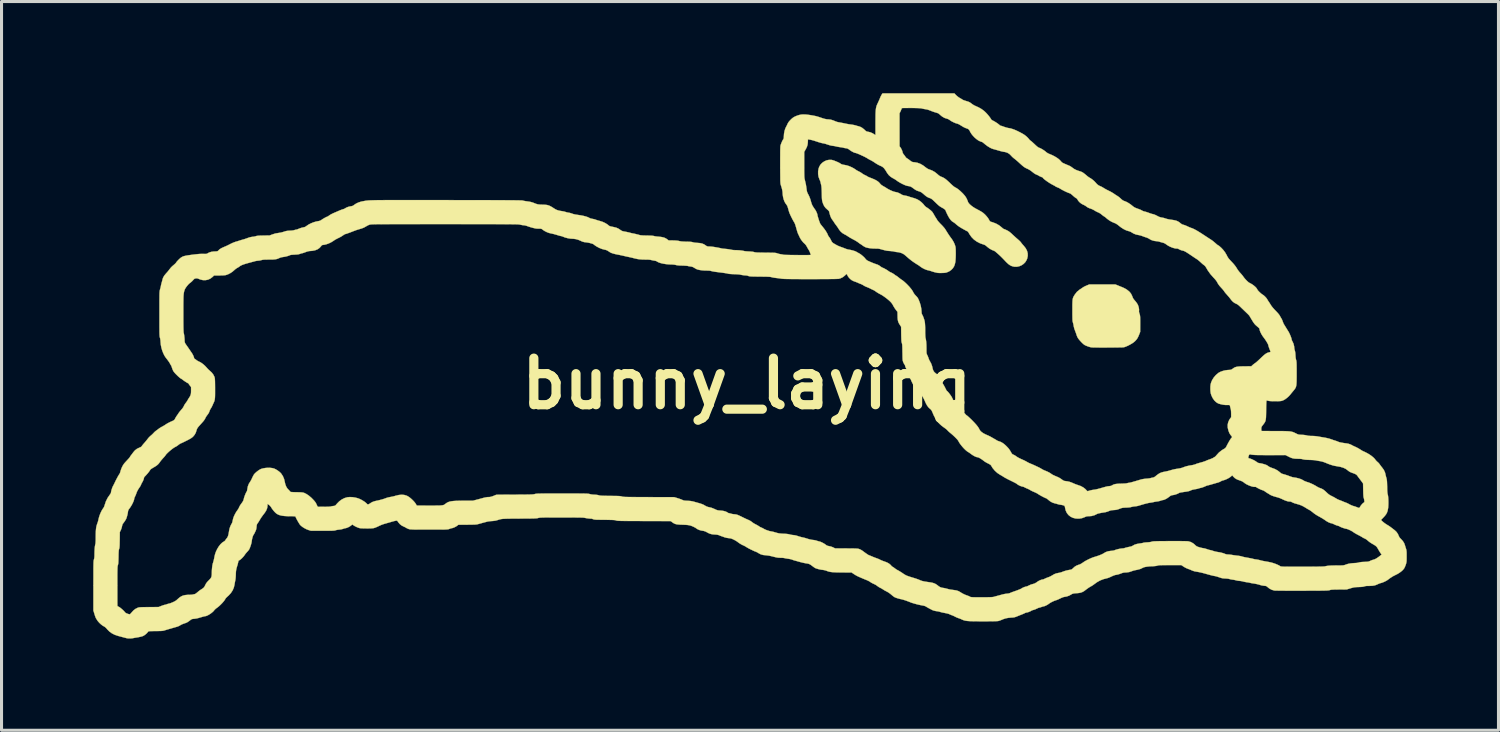
<source format=kicad_pcb>
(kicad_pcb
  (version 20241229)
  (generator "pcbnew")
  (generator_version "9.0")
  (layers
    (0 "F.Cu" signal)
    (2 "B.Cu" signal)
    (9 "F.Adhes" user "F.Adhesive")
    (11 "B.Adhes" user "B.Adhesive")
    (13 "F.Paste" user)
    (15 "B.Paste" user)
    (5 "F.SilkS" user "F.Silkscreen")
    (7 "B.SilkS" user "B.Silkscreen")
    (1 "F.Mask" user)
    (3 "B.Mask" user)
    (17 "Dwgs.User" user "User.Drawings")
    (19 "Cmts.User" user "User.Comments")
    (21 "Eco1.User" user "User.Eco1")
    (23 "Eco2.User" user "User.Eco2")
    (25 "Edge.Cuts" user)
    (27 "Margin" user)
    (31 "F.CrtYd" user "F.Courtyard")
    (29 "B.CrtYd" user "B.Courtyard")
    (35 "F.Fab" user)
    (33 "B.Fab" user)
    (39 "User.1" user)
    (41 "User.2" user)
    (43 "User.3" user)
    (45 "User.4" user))
  (footprint "bunny_laying"
    (layer "F.Cu")
    (at 21.382 9.501)
    (property "Reference" "bunny_laying" (at 0 0 0) (layer "F.SilkS") (effects (font (size 1.524 1.524) (thickness 0.3))))
    (attr through_hole)
    (fp_poly (pts (xy 11.63 -3.244) (xy 12.06 -3.244) (xy 12.155 -3.206) (xy 12.226 -3.177) (xy 12.281 -3.155) (xy 12.324 -3.136) (xy 12.358 -3.119) (xy 12.388 -3.103) (xy 12.415 -3.087) (xy 12.439 -3.071) (xy 12.513 -3.012) (xy 12.568 -2.945) (xy 12.605 -2.871) (xy 12.62 -2.831) (xy 12.633 -2.801) (xy 12.648 -2.775) (xy 12.669 -2.748) (xy 12.698 -2.713) (xy 12.707 -2.703) (xy 12.738 -2.665) (xy 12.766 -2.625) (xy 12.787 -2.591) (xy 12.791 -2.583) (xy 12.811 -2.532) (xy 12.825 -2.478) (xy 12.832 -2.426) (xy 12.831 -2.384) (xy 12.83 -2.382) (xy 12.83 -2.347) (xy 12.842 -2.3) (xy 12.847 -2.286) (xy 12.854 -2.267) (xy 12.859 -2.248) (xy 12.863 -2.227) (xy 12.866 -2.201) (xy 12.868 -2.168) (xy 12.869 -2.124) (xy 12.87 -2.068) (xy 12.87 -1.995) (xy 12.87 -1.959) (xy 12.869 -1.694) (xy 12.833 -1.601) (xy 12.806 -1.537) (xy 12.779 -1.486) (xy 12.749 -1.443) (xy 12.711 -1.401) (xy 12.681 -1.373) (xy 12.642 -1.341) (xy 12.589 -1.307) (xy 12.529 -1.273) (xy 12.467 -1.241) (xy 12.407 -1.215) (xy 12.355 -1.196) (xy 12.33 -1.19) (xy 12.312 -1.189) (xy 12.277 -1.187) (xy 12.226 -1.186) (xy 12.162 -1.185) (xy 12.089 -1.184) (xy 12.007 -1.183) (xy 11.92 -1.183) (xy 11.829 -1.183) (xy 11.738 -1.182) (xy 11.649 -1.182) (xy 11.563 -1.182) (xy 11.485 -1.183) (xy 11.415 -1.183) (xy 11.356 -1.184) (xy 11.311 -1.185) (xy 11.283 -1.186) (xy 11.276 -1.187) (xy 11.232 -1.196) (xy 11.181 -1.211) (xy 11.128 -1.23) (xy 11.08 -1.25) (xy 11.044 -1.269) (xy 11.042 -1.27) (xy 11.01 -1.296) (xy 10.969 -1.333) (xy 10.926 -1.378) (xy 10.885 -1.424) (xy 10.849 -1.469) (xy 10.834 -1.49) (xy 10.815 -1.525) (xy 10.797 -1.567) (xy 10.79 -1.588) (xy 10.776 -1.632) (xy 10.759 -1.679) (xy 10.751 -1.699) (xy 10.715 -1.797) (xy 10.694 -1.881) (xy 10.691 -1.904) (xy 10.683 -1.946) (xy 10.672 -1.99) (xy 10.668 -2.004) (xy 10.663 -2.02) (xy 10.659 -2.04) (xy 10.656 -2.065) (xy 10.654 -2.098) (xy 10.653 -2.141) (xy 10.652 -2.196) (xy 10.651 -2.266) (xy 10.651 -2.352) (xy 10.651 -2.399) (xy 10.651 -2.498) (xy 10.651 -2.58) (xy 10.653 -2.646) (xy 10.655 -2.7) (xy 10.659 -2.744) (xy 10.665 -2.779) (xy 10.674 -2.81) (xy 10.685 -2.838) (xy 10.7 -2.865) (xy 10.718 -2.894) (xy 10.738 -2.924) (xy 10.801 -3.004) (xy 10.876 -3.068) (xy 10.912 -3.091) (xy 10.937 -3.107) (xy 10.969 -3.129) (xy 10.986 -3.141) (xy 11.017 -3.161) (xy 11.059 -3.183) (xy 11.104 -3.204) (xy 11.116 -3.209) (xy 11.201 -3.244) (xy 11.63 -3.244)) (stroke (width 0.01) (type solid)) (fill yes) (layer "F.SilkS"))
    (fp_poly (pts (xy 2.767 -7.321) (xy 2.783 -7.318) (xy 2.815 -7.31) (xy 2.857 -7.296) (xy 2.904 -7.277) (xy 2.953 -7.257) (xy 2.998 -7.236) (xy 3.034 -7.218) (xy 3.057 -7.203) (xy 3.059 -7.202) (xy 3.094 -7.18) (xy 3.145 -7.163) (xy 3.209 -7.153) (xy 3.209 -7.153) (xy 3.272 -7.14) (xy 3.344 -7.117) (xy 3.419 -7.085) (xy 3.491 -7.048) (xy 3.555 -7.007) (xy 3.569 -6.996) (xy 3.598 -6.977) (xy 3.636 -6.956) (xy 3.663 -6.943) (xy 3.703 -6.922) (xy 3.743 -6.898) (xy 3.764 -6.883) (xy 3.797 -6.859) (xy 3.838 -6.835) (xy 3.864 -6.822) (xy 3.897 -6.807) (xy 3.925 -6.792) (xy 3.938 -6.783) (xy 3.955 -6.772) (xy 3.984 -6.758) (xy 4.018 -6.744) (xy 4.105 -6.71) (xy 4.176 -6.68) (xy 4.232 -6.651) (xy 4.277 -6.623) (xy 4.314 -6.594) (xy 4.345 -6.562) (xy 4.363 -6.539) (xy 4.402 -6.5) (xy 4.458 -6.464) (xy 4.463 -6.461) (xy 4.501 -6.44) (xy 4.537 -6.419) (xy 4.562 -6.403) (xy 4.563 -6.402) (xy 4.597 -6.38) (xy 4.641 -6.355) (xy 4.692 -6.33) (xy 4.743 -6.307) (xy 4.791 -6.288) (xy 4.829 -6.276) (xy 4.843 -6.273) (xy 4.935 -6.253) (xy 5.015 -6.216) (xy 5.039 -6.201) (xy 5.074 -6.18) (xy 5.111 -6.166) (xy 5.158 -6.155) (xy 5.171 -6.153) (xy 5.215 -6.145) (xy 5.257 -6.135) (xy 5.289 -6.125) (xy 5.292 -6.124) (xy 5.319 -6.114) (xy 5.359 -6.101) (xy 5.405 -6.088) (xy 5.425 -6.082) (xy 5.476 -6.067) (xy 5.53 -6.048) (xy 5.576 -6.028) (xy 5.587 -6.023) (xy 5.646 -5.987) (xy 5.706 -5.941) (xy 5.761 -5.889) (xy 5.803 -5.838) (xy 5.83 -5.807) (xy 5.864 -5.779) (xy 5.877 -5.77) (xy 5.92 -5.743) (xy 5.966 -5.709) (xy 6.01 -5.674) (xy 6.047 -5.641) (xy 6.07 -5.616) (xy 6.087 -5.59) (xy 6.108 -5.555) (xy 6.131 -5.516) (xy 6.132 -5.513) (xy 6.154 -5.475) (xy 6.175 -5.44) (xy 6.191 -5.415) (xy 6.193 -5.413) (xy 6.213 -5.382) (xy 6.232 -5.349) (xy 6.232 -5.348) (xy 6.246 -5.329) (xy 6.271 -5.299) (xy 6.303 -5.263) (xy 6.341 -5.223) (xy 6.352 -5.212) (xy 6.392 -5.172) (xy 6.429 -5.131) (xy 6.459 -5.096) (xy 6.48 -5.069) (xy 6.483 -5.065) (xy 6.501 -5.037) (xy 6.525 -4.998) (xy 6.553 -4.954) (xy 6.572 -4.923) (xy 6.604 -4.874) (xy 6.64 -4.821) (xy 6.675 -4.773) (xy 6.691 -4.752) (xy 6.733 -4.691) (xy 6.772 -4.622) (xy 6.803 -4.551) (xy 6.824 -4.486) (xy 6.827 -4.471) (xy 6.831 -4.436) (xy 6.834 -4.386) (xy 6.835 -4.325) (xy 6.836 -4.257) (xy 6.835 -4.187) (xy 6.833 -4.119) (xy 6.829 -4.058) (xy 6.825 -4.007) (xy 6.823 -3.987) (xy 6.813 -3.939) (xy 6.8 -3.89) (xy 6.786 -3.85) (xy 6.784 -3.845) (xy 6.742 -3.776) (xy 6.685 -3.718) (xy 6.616 -3.671) (xy 6.538 -3.638) (xy 6.499 -3.629) (xy 6.466 -3.625) (xy 6.422 -3.622) (xy 6.37 -3.621) (xy 6.319 -3.62) (xy 6.273 -3.622) (xy 6.239 -3.624) (xy 6.233 -3.626) (xy 6.173 -3.639) (xy 6.115 -3.654) (xy 6.066 -3.669) (xy 6.038 -3.679) (xy 6.001 -3.691) (xy 5.958 -3.703) (xy 5.933 -3.708) (xy 5.88 -3.722) (xy 5.82 -3.746) (xy 5.758 -3.777) (xy 5.701 -3.812) (xy 5.677 -3.83) (xy 5.641 -3.857) (xy 5.599 -3.885) (xy 5.577 -3.898) (xy 5.49 -3.953) (xy 5.397 -4.018) (xy 5.305 -4.091) (xy 5.22 -4.165) (xy 5.191 -4.191) (xy 5.129 -4.239) (xy 5.055 -4.275) (xy 4.975 -4.297) (xy 4.929 -4.303) (xy 4.89 -4.307) (xy 4.856 -4.312) (xy 4.837 -4.317) (xy 4.804 -4.325) (xy 4.753 -4.333) (xy 4.687 -4.339) (xy 4.633 -4.343) (xy 4.584 -4.348) (xy 4.523 -4.361) (xy 4.454 -4.379) (xy 4.438 -4.383) (xy 4.382 -4.399) (xy 4.34 -4.41) (xy 4.303 -4.416) (xy 4.266 -4.419) (xy 4.223 -4.419) (xy 4.214 -4.419) (xy 4.129 -4.421) (xy 4.047 -4.428) (xy 3.972 -4.439) (xy 3.909 -4.454) (xy 3.892 -4.46) (xy 3.856 -4.477) (xy 3.815 -4.501) (xy 3.782 -4.524) (xy 3.753 -4.545) (xy 3.73 -4.561) (xy 3.718 -4.568) (xy 3.717 -4.568) (xy 3.706 -4.574) (xy 3.684 -4.59) (xy 3.656 -4.612) (xy 3.653 -4.614) (xy 3.619 -4.639) (xy 3.574 -4.667) (xy 3.525 -4.696) (xy 3.495 -4.711) (xy 3.443 -4.739) (xy 3.389 -4.769) (xy 3.34 -4.799) (xy 3.318 -4.813) (xy 3.276 -4.841) (xy 3.232 -4.867) (xy 3.193 -4.887) (xy 3.186 -4.891) (xy 3.129 -4.925) (xy 3.073 -4.974) (xy 3.025 -5.032) (xy 3.005 -5.063) (xy 2.985 -5.095) (xy 2.958 -5.135) (xy 2.928 -5.176) (xy 2.919 -5.188) (xy 2.892 -5.224) (xy 2.869 -5.257) (xy 2.853 -5.281) (xy 2.849 -5.288) (xy 2.835 -5.311) (xy 2.814 -5.339) (xy 2.803 -5.354) (xy 2.772 -5.399) (xy 2.745 -5.453) (xy 2.722 -5.519) (xy 2.7 -5.602) (xy 2.695 -5.628) (xy 2.684 -5.648) (xy 2.659 -5.675) (xy 2.631 -5.699) (xy 2.575 -5.751) (xy 2.531 -5.81) (xy 2.497 -5.882) (xy 2.483 -5.922) (xy 2.474 -5.95) (xy 2.467 -5.976) (xy 2.463 -6.003) (xy 2.459 -6.035) (xy 2.456 -6.076) (xy 2.455 -6.128) (xy 2.453 -6.195) (xy 2.453 -6.223) (xy 2.45 -6.314) (xy 2.447 -6.388) (xy 2.442 -6.446) (xy 2.437 -6.484) (xy 2.435 -6.492) (xy 2.425 -6.531) (xy 2.417 -6.57) (xy 2.414 -6.582) (xy 2.406 -6.613) (xy 2.392 -6.651) (xy 2.377 -6.684) (xy 2.347 -6.767) (xy 2.333 -6.856) (xy 2.333 -6.949) (xy 2.349 -7.038) (xy 2.372 -7.101) (xy 2.413 -7.169) (xy 2.469 -7.226) (xy 2.536 -7.272) (xy 2.61 -7.305) (xy 2.688 -7.321) (xy 2.767 -7.321)) (stroke (width 0.01) (type solid)) (fill yes) (layer "F.SilkS"))
    (fp_poly (pts (xy 6.846 -9.438) (xy 6.885 -9.403) (xy 6.932 -9.367) (xy 6.972 -9.342) (xy 7.008 -9.322) (xy 7.037 -9.304) (xy 7.056 -9.291) (xy 7.058 -9.29) (xy 7.075 -9.281) (xy 7.105 -9.269) (xy 7.144 -9.256) (xy 7.163 -9.25) (xy 7.219 -9.233) (xy 7.261 -9.218) (xy 7.296 -9.201) (xy 7.327 -9.18) (xy 7.361 -9.154) (xy 7.396 -9.129) (xy 7.44 -9.103) (xy 7.481 -9.084) (xy 7.587 -9.036) (xy 7.678 -8.984) (xy 7.759 -8.924) (xy 7.809 -8.878) (xy 7.846 -8.84) (xy 7.885 -8.796) (xy 7.923 -8.75) (xy 7.957 -8.705) (xy 7.983 -8.667) (xy 7.998 -8.639) (xy 7.999 -8.637) (xy 8.009 -8.629) (xy 8.031 -8.615) (xy 8.057 -8.602) (xy 8.101 -8.578) (xy 8.149 -8.549) (xy 8.195 -8.518) (xy 8.235 -8.489) (xy 8.264 -8.465) (xy 8.267 -8.462) (xy 8.288 -8.444) (xy 8.308 -8.437) (xy 8.309 -8.437) (xy 8.326 -8.433) (xy 8.356 -8.424) (xy 8.395 -8.41) (xy 8.414 -8.403) (xy 8.461 -8.387) (xy 8.508 -8.373) (xy 8.547 -8.364) (xy 8.557 -8.363) (xy 8.622 -8.351) (xy 8.691 -8.331) (xy 8.768 -8.303) (xy 8.854 -8.264) (xy 8.952 -8.215) (xy 9.035 -8.169) (xy 9.085 -8.137) (xy 9.138 -8.096) (xy 9.186 -8.051) (xy 9.225 -8.008) (xy 9.237 -7.992) (xy 9.257 -7.969) (xy 9.275 -7.953) (xy 9.279 -7.951) (xy 9.293 -7.942) (xy 9.317 -7.922) (xy 9.35 -7.893) (xy 9.388 -7.858) (xy 9.41 -7.838) (xy 9.457 -7.793) (xy 9.494 -7.761) (xy 9.523 -7.738) (xy 9.548 -7.723) (xy 9.572 -7.713) (xy 9.574 -7.713) (xy 9.616 -7.695) (xy 9.667 -7.666) (xy 9.72 -7.633) (xy 9.768 -7.597) (xy 9.796 -7.572) (xy 9.824 -7.552) (xy 9.862 -7.53) (xy 9.901 -7.513) (xy 9.987 -7.477) (xy 10.068 -7.436) (xy 10.141 -7.392) (xy 10.204 -7.347) (xy 10.251 -7.303) (xy 10.265 -7.287) (xy 10.29 -7.258) (xy 10.316 -7.234) (xy 10.331 -7.224) (xy 10.356 -7.212) (xy 10.393 -7.195) (xy 10.438 -7.176) (xy 10.484 -7.156) (xy 10.527 -7.138) (xy 10.554 -7.127) (xy 10.579 -7.114) (xy 10.612 -7.093) (xy 10.644 -7.07) (xy 10.705 -7.026) (xy 10.766 -6.994) (xy 10.835 -6.967) (xy 10.866 -6.957) (xy 10.918 -6.941) (xy 10.96 -6.924) (xy 10.998 -6.903) (xy 11.036 -6.875) (xy 11.082 -6.838) (xy 11.092 -6.83) (xy 11.128 -6.799) (xy 11.16 -6.773) (xy 11.186 -6.754) (xy 11.197 -6.747) (xy 11.255 -6.713) (xy 11.314 -6.67) (xy 11.367 -6.624) (xy 11.407 -6.582) (xy 11.461 -6.522) (xy 11.517 -6.481) (xy 11.566 -6.459) (xy 11.594 -6.447) (xy 11.629 -6.428) (xy 11.661 -6.409) (xy 11.692 -6.39) (xy 11.721 -6.373) (xy 11.752 -6.355) (xy 11.789 -6.336) (xy 11.838 -6.312) (xy 11.876 -6.293) (xy 11.923 -6.268) (xy 11.975 -6.237) (xy 12.021 -6.207) (xy 12.021 -6.207) (xy 12.058 -6.181) (xy 12.095 -6.157) (xy 12.124 -6.14) (xy 12.128 -6.137) (xy 12.152 -6.121) (xy 12.185 -6.096) (xy 12.221 -6.065) (xy 12.234 -6.052) (xy 12.272 -6.018) (xy 12.304 -5.995) (xy 12.336 -5.979) (xy 12.367 -5.968) (xy 12.427 -5.943) (xy 12.494 -5.905) (xy 12.565 -5.856) (xy 12.625 -5.808) (xy 12.661 -5.78) (xy 12.699 -5.758) (xy 12.748 -5.738) (xy 12.775 -5.728) (xy 12.836 -5.706) (xy 12.885 -5.686) (xy 12.928 -5.664) (xy 12.955 -5.649) (xy 12.973 -5.642) (xy 13.002 -5.633) (xy 13.025 -5.628) (xy 13.062 -5.618) (xy 13.108 -5.603) (xy 13.153 -5.587) (xy 13.155 -5.586) (xy 13.198 -5.57) (xy 13.242 -5.556) (xy 13.277 -5.547) (xy 13.279 -5.547) (xy 13.303 -5.541) (xy 13.329 -5.533) (xy 13.359 -5.521) (xy 13.397 -5.503) (xy 13.447 -5.477) (xy 13.474 -5.463) (xy 13.511 -5.449) (xy 13.554 -5.437) (xy 13.579 -5.433) (xy 13.624 -5.425) (xy 13.672 -5.412) (xy 13.7 -5.402) (xy 13.739 -5.39) (xy 13.791 -5.378) (xy 13.85 -5.367) (xy 13.88 -5.363) (xy 13.956 -5.352) (xy 14.017 -5.34) (xy 14.066 -5.325) (xy 14.107 -5.306) (xy 14.146 -5.282) (xy 14.185 -5.25) (xy 14.188 -5.248) (xy 14.229 -5.217) (xy 14.269 -5.2) (xy 14.283 -5.197) (xy 14.314 -5.188) (xy 14.355 -5.173) (xy 14.398 -5.154) (xy 14.409 -5.149) (xy 14.451 -5.129) (xy 14.491 -5.112) (xy 14.523 -5.099) (xy 14.529 -5.097) (xy 14.578 -5.08) (xy 14.635 -5.054) (xy 14.701 -5.019) (xy 14.779 -4.973) (xy 14.87 -4.916) (xy 14.946 -4.866) (xy 15.007 -4.826) (xy 15.065 -4.788) (xy 15.117 -4.754) (xy 15.16 -4.726) (xy 15.191 -4.706) (xy 15.206 -4.696) (xy 15.232 -4.678) (xy 15.267 -4.65) (xy 15.306 -4.617) (xy 15.327 -4.599) (xy 15.36 -4.57) (xy 15.388 -4.546) (xy 15.407 -4.532) (xy 15.413 -4.528) (xy 15.429 -4.521) (xy 15.456 -4.502) (xy 15.488 -4.474) (xy 15.525 -4.44) (xy 15.561 -4.402) (xy 15.589 -4.371) (xy 15.647 -4.294) (xy 15.696 -4.21) (xy 15.702 -4.199) (xy 15.723 -4.156) (xy 15.745 -4.12) (xy 15.77 -4.086) (xy 15.803 -4.048) (xy 15.846 -4.002) (xy 15.849 -3.999) (xy 15.906 -3.939) (xy 15.951 -3.886) (xy 15.989 -3.837) (xy 16.022 -3.787) (xy 16.048 -3.744) (xy 16.068 -3.714) (xy 16.097 -3.676) (xy 16.13 -3.636) (xy 16.146 -3.619) (xy 16.179 -3.582) (xy 16.21 -3.545) (xy 16.234 -3.514) (xy 16.242 -3.502) (xy 16.272 -3.462) (xy 16.308 -3.419) (xy 16.347 -3.378) (xy 16.386 -3.34) (xy 16.421 -3.311) (xy 16.447 -3.295) (xy 16.449 -3.294) (xy 16.496 -3.27) (xy 16.549 -3.237) (xy 16.6 -3.198) (xy 16.643 -3.16) (xy 16.665 -3.136) (xy 16.685 -3.109) (xy 16.699 -3.087) (xy 16.703 -3.077) (xy 16.71 -3.063) (xy 16.729 -3.041) (xy 16.756 -3.012) (xy 16.787 -2.982) (xy 16.818 -2.954) (xy 16.846 -2.931) (xy 16.867 -2.917) (xy 16.905 -2.892) (xy 16.947 -2.855) (xy 16.986 -2.814) (xy 17.017 -2.773) (xy 17.023 -2.763) (xy 17.041 -2.731) (xy 17.064 -2.695) (xy 17.076 -2.678) (xy 17.098 -2.645) (xy 17.124 -2.604) (xy 17.148 -2.565) (xy 17.173 -2.529) (xy 17.209 -2.484) (xy 17.253 -2.434) (xy 17.299 -2.386) (xy 17.352 -2.331) (xy 17.395 -2.282) (xy 17.425 -2.242) (xy 17.437 -2.222) (xy 17.457 -2.185) (xy 17.478 -2.149) (xy 17.488 -2.133) (xy 17.505 -2.103) (xy 17.522 -2.063) (xy 17.532 -2.034) (xy 17.547 -1.995) (xy 17.563 -1.958) (xy 17.575 -1.937) (xy 17.592 -1.91) (xy 17.614 -1.874) (xy 17.637 -1.836) (xy 17.638 -1.835) (xy 17.665 -1.791) (xy 17.694 -1.744) (xy 17.717 -1.708) (xy 17.737 -1.673) (xy 17.759 -1.628) (xy 17.78 -1.58) (xy 17.799 -1.532) (xy 17.814 -1.49) (xy 17.822 -1.459) (xy 17.823 -1.449) (xy 17.828 -1.428) (xy 17.84 -1.399) (xy 17.848 -1.386) (xy 17.885 -1.306) (xy 17.905 -1.223) (xy 17.908 -1.19) (xy 17.913 -1.147) (xy 17.921 -1.104) (xy 17.929 -1.08) (xy 17.938 -1.043) (xy 17.945 -0.992) (xy 17.949 -0.932) (xy 17.949 -0.931) (xy 17.953 -0.863) (xy 17.962 -0.806) (xy 17.97 -0.776) (xy 17.975 -0.761) (xy 17.978 -0.744) (xy 17.981 -0.723) (xy 17.984 -0.696) (xy 17.985 -0.66) (xy 17.987 -0.613) (xy 17.987 -0.554) (xy 17.988 -0.48) (xy 17.988 -0.39) (xy 17.988 -0.34) (xy 17.988 -0.234) (xy 17.987 -0.146) (xy 17.986 -0.074) (xy 17.983 -0.014) (xy 17.979 0.034) (xy 17.973 0.073) (xy 17.965 0.105) (xy 17.953 0.133) (xy 17.939 0.159) (xy 17.921 0.185) (xy 17.898 0.213) (xy 17.882 0.233) (xy 17.848 0.274) (xy 17.812 0.318) (xy 17.78 0.357) (xy 17.775 0.364) (xy 17.727 0.416) (xy 17.671 0.466) (xy 17.612 0.51) (xy 17.555 0.542) (xy 17.535 0.551) (xy 17.513 0.559) (xy 17.491 0.565) (xy 17.466 0.569) (xy 17.434 0.572) (xy 17.391 0.573) (xy 17.334 0.574) (xy 17.293 0.574) (xy 17.212 0.574) (xy 17.149 0.572) (xy 17.101 0.568) (xy 17.068 0.563) (xy 17.06 0.561) (xy 17.024 0.553) (xy 17.004 0.555) (xy 17.002 0.557) (xy 17 0.569) (xy 16.997 0.6) (xy 16.995 0.647) (xy 16.993 0.708) (xy 16.991 0.782) (xy 16.99 0.865) (xy 16.989 0.96) (xy 16.987 1.038) (xy 16.985 1.101) (xy 16.98 1.151) (xy 16.974 1.192) (xy 16.964 1.227) (xy 16.951 1.257) (xy 16.934 1.285) (xy 16.913 1.315) (xy 16.888 1.347) (xy 16.86 1.383) (xy 16.844 1.409) (xy 16.835 1.432) (xy 16.832 1.456) (xy 16.832 1.459) (xy 16.832 1.503) (xy 16.834 1.533) (xy 16.838 1.548) (xy 16.849 1.548) (xy 16.877 1.549) (xy 16.921 1.55) (xy 16.979 1.55) (xy 17.049 1.55) (xy 17.128 1.551) (xy 17.215 1.551) (xy 17.269 1.551) (xy 17.389 1.551) (xy 17.491 1.552) (xy 17.577 1.553) (xy 17.649 1.555) (xy 17.709 1.558) (xy 17.759 1.562) (xy 17.801 1.568) (xy 17.837 1.576) (xy 17.869 1.585) (xy 17.899 1.597) (xy 17.929 1.611) (xy 17.956 1.624) (xy 17.995 1.644) (xy 18.025 1.657) (xy 18.052 1.665) (xy 18.082 1.67) (xy 18.121 1.672) (xy 18.156 1.674) (xy 18.211 1.677) (xy 18.263 1.683) (xy 18.304 1.69) (xy 18.318 1.694) (xy 18.365 1.704) (xy 18.431 1.71) (xy 18.478 1.711) (xy 18.534 1.712) (xy 18.593 1.716) (xy 18.645 1.722) (xy 18.668 1.725) (xy 18.712 1.733) (xy 18.768 1.743) (xy 18.827 1.753) (xy 18.863 1.759) (xy 18.948 1.774) (xy 19.018 1.79) (xy 19.079 1.807) (xy 19.136 1.827) (xy 19.144 1.829) (xy 19.186 1.845) (xy 19.231 1.859) (xy 19.25 1.865) (xy 19.29 1.878) (xy 19.329 1.893) (xy 19.344 1.9) (xy 19.381 1.914) (xy 19.437 1.927) (xy 19.511 1.94) (xy 19.603 1.953) (xy 19.617 1.954) (xy 19.681 1.966) (xy 19.743 1.987) (xy 19.795 2.012) (xy 19.8 2.016) (xy 19.822 2.028) (xy 19.856 2.044) (xy 19.896 2.062) (xy 19.906 2.066) (xy 19.952 2.088) (xy 20.005 2.116) (xy 20.055 2.146) (xy 20.066 2.153) (xy 20.104 2.177) (xy 20.138 2.198) (xy 20.164 2.211) (xy 20.172 2.215) (xy 20.191 2.222) (xy 20.222 2.237) (xy 20.262 2.257) (xy 20.297 2.275) (xy 20.364 2.314) (xy 20.427 2.357) (xy 20.483 2.402) (xy 20.529 2.445) (xy 20.56 2.483) (xy 20.561 2.485) (xy 20.584 2.514) (xy 20.614 2.545) (xy 20.632 2.561) (xy 20.665 2.59) (xy 20.695 2.626) (xy 20.708 2.644) (xy 20.73 2.676) (xy 20.759 2.714) (xy 20.786 2.747) (xy 20.841 2.824) (xy 20.878 2.905) (xy 20.891 2.955) (xy 20.898 2.989) (xy 20.909 3.033) (xy 20.921 3.079) (xy 20.923 3.084) (xy 20.931 3.115) (xy 20.937 3.145) (xy 20.941 3.179) (xy 20.944 3.22) (xy 20.946 3.271) (xy 20.948 3.338) (xy 20.949 3.368) (xy 20.95 3.447) (xy 20.952 3.508) (xy 20.956 3.556) (xy 20.96 3.592) (xy 20.966 3.62) (xy 20.968 3.628) (xy 20.977 3.667) (xy 20.983 3.722) (xy 20.987 3.786) (xy 20.989 3.857) (xy 20.989 3.93) (xy 20.986 3.999) (xy 20.982 4.06) (xy 20.977 4.091) (xy 20.964 4.159) (xy 20.944 4.217) (xy 20.917 4.269) (xy 20.878 4.321) (xy 20.831 4.373) (xy 20.748 4.459) (xy 20.788 4.5) (xy 20.82 4.528) (xy 20.863 4.562) (xy 20.912 4.596) (xy 20.96 4.626) (xy 20.983 4.639) (xy 21.003 4.652) (xy 21.034 4.673) (xy 21.069 4.698) (xy 21.082 4.708) (xy 21.121 4.738) (xy 21.161 4.769) (xy 21.195 4.795) (xy 21.201 4.8) (xy 21.256 4.853) (xy 21.301 4.92) (xy 21.327 4.979) (xy 21.347 5.021) (xy 21.379 5.062) (xy 21.398 5.08) (xy 21.459 5.146) (xy 21.502 5.212) (xy 21.527 5.277) (xy 21.54 5.318) (xy 21.554 5.366) (xy 21.565 5.398) (xy 21.573 5.424) (xy 21.578 5.449) (xy 21.582 5.478) (xy 21.585 5.514) (xy 21.586 5.561) (xy 21.586 5.623) (xy 21.586 5.648) (xy 21.586 5.714) (xy 21.585 5.765) (xy 21.584 5.804) (xy 21.58 5.835) (xy 21.575 5.862) (xy 21.568 5.891) (xy 21.559 5.919) (xy 21.542 5.965) (xy 21.522 6.011) (xy 21.503 6.047) (xy 21.498 6.054) (xy 21.462 6.097) (xy 21.412 6.142) (xy 21.352 6.186) (xy 21.288 6.226) (xy 21.235 6.252) (xy 21.135 6.303) (xy 21.035 6.368) (xy 20.979 6.411) (xy 20.945 6.435) (xy 20.898 6.461) (xy 20.846 6.486) (xy 20.795 6.507) (xy 20.752 6.521) (xy 20.74 6.523) (xy 20.715 6.531) (xy 20.679 6.544) (xy 20.64 6.562) (xy 20.637 6.563) (xy 20.582 6.587) (xy 20.529 6.603) (xy 20.471 6.612) (xy 20.402 6.616) (xy 20.352 6.617) (xy 20.294 6.617) (xy 20.25 6.621) (xy 20.216 6.628) (xy 20.202 6.633) (xy 20.174 6.641) (xy 20.136 6.647) (xy 20.084 6.651) (xy 20.016 6.654) (xy 20.014 6.654) (xy 19.955 6.656) (xy 19.908 6.659) (xy 19.869 6.664) (xy 19.831 6.672) (xy 19.787 6.684) (xy 19.75 6.695) (xy 19.627 6.732) (xy 19.372 6.734) (xy 19.291 6.735) (xy 19.228 6.736) (xy 19.179 6.738) (xy 19.142 6.74) (xy 19.114 6.743) (xy 19.093 6.748) (xy 19.075 6.753) (xy 19.072 6.754) (xy 19.063 6.757) (xy 19.052 6.76) (xy 19.038 6.762) (xy 19.019 6.764) (xy 18.994 6.766) (xy 18.962 6.768) (xy 18.921 6.769) (xy 18.87 6.77) (xy 18.808 6.771) (xy 18.734 6.772) (xy 18.646 6.772) (xy 18.543 6.773) (xy 18.424 6.773) (xy 18.286 6.774) (xy 18.168 6.774) (xy 18.015 6.775) (xy 17.873 6.775) (xy 17.743 6.775) (xy 17.626 6.774) (xy 17.523 6.773) (xy 17.435 6.773) (xy 17.363 6.771) (xy 17.308 6.77) (xy 17.271 6.769) (xy 17.254 6.767) (xy 17.169 6.742) (xy 17.09 6.698) (xy 17.047 6.664) (xy 17.018 6.639) (xy 16.995 6.624) (xy 16.971 6.617) (xy 16.938 6.614) (xy 16.926 6.613) (xy 16.88 6.607) (xy 16.833 6.598) (xy 16.803 6.589) (xy 16.748 6.572) (xy 16.682 6.556) (xy 16.611 6.542) (xy 16.546 6.532) (xy 16.543 6.532) (xy 16.508 6.526) (xy 16.479 6.52) (xy 16.467 6.517) (xy 16.447 6.512) (xy 16.414 6.505) (xy 16.373 6.499) (xy 16.362 6.498) (xy 16.316 6.49) (xy 16.271 6.482) (xy 16.237 6.473) (xy 16.233 6.472) (xy 16.197 6.463) (xy 16.153 6.456) (xy 16.121 6.453) (xy 16.077 6.449) (xy 16.033 6.441) (xy 16.007 6.434) (xy 15.969 6.425) (xy 15.924 6.416) (xy 15.896 6.413) (xy 15.854 6.407) (xy 15.814 6.398) (xy 15.792 6.392) (xy 15.764 6.385) (xy 15.723 6.379) (xy 15.675 6.375) (xy 15.65 6.374) (xy 15.596 6.371) (xy 15.552 6.365) (xy 15.51 6.354) (xy 15.46 6.337) (xy 15.454 6.335) (xy 15.406 6.319) (xy 15.359 6.305) (xy 15.318 6.295) (xy 15.304 6.293) (xy 15.274 6.288) (xy 15.23 6.278) (xy 15.177 6.265) (xy 15.123 6.25) (xy 15.114 6.248) (xy 15.026 6.223) (xy 14.954 6.203) (xy 14.895 6.188) (xy 14.843 6.176) (xy 14.797 6.166) (xy 14.753 6.158) (xy 14.721 6.153) (xy 14.645 6.139) (xy 14.584 6.119) (xy 14.56 6.109) (xy 14.515 6.089) (xy 14.465 6.069) (xy 14.433 6.058) (xy 14.393 6.042) (xy 14.346 6.019) (xy 14.301 5.993) (xy 14.291 5.987) (xy 14.215 5.936) (xy 13.847 5.936) (xy 13.75 5.936) (xy 13.67 5.937) (xy 13.605 5.937) (xy 13.555 5.939) (xy 13.516 5.94) (xy 13.487 5.942) (xy 13.464 5.945) (xy 13.447 5.949) (xy 13.435 5.953) (xy 13.4 5.962) (xy 13.351 5.968) (xy 13.285 5.973) (xy 13.255 5.974) (xy 13.184 5.977) (xy 13.117 5.984) (xy 13.056 5.993) (xy 13.007 6.003) (xy 12.972 6.015) (xy 12.965 6.019) (xy 12.876 6.062) (xy 12.776 6.089) (xy 12.751 6.094) (xy 12.702 6.103) (xy 12.653 6.115) (xy 12.612 6.129) (xy 12.604 6.132) (xy 12.512 6.163) (xy 12.413 6.177) (xy 12.381 6.178) (xy 12.34 6.18) (xy 12.298 6.189) (xy 12.248 6.207) (xy 12.235 6.212) (xy 12.188 6.229) (xy 12.14 6.243) (xy 12.099 6.252) (xy 12.09 6.253) (xy 12.043 6.262) (xy 11.988 6.282) (xy 11.93 6.308) (xy 11.884 6.33) (xy 11.838 6.349) (xy 11.799 6.362) (xy 11.78 6.367) (xy 11.664 6.397) (xy 11.557 6.439) (xy 11.457 6.495) (xy 11.356 6.568) (xy 11.354 6.57) (xy 11.322 6.593) (xy 11.282 6.618) (xy 11.241 6.641) (xy 11.241 6.641) (xy 11.2 6.665) (xy 11.153 6.697) (xy 11.108 6.73) (xy 11.094 6.741) (xy 11.029 6.79) (xy 10.966 6.823) (xy 10.901 6.843) (xy 10.826 6.853) (xy 10.821 6.853) (xy 10.757 6.857) (xy 10.708 6.862) (xy 10.672 6.869) (xy 10.644 6.879) (xy 10.619 6.893) (xy 10.611 6.898) (xy 10.541 6.937) (xy 10.46 6.964) (xy 10.407 6.973) (xy 10.356 6.983) (xy 10.301 7.004) (xy 10.261 7.023) (xy 10.218 7.044) (xy 10.174 7.064) (xy 10.139 7.078) (xy 10.129 7.081) (xy 10.056 7.106) (xy 9.986 7.138) (xy 9.924 7.172) (xy 9.881 7.202) (xy 9.847 7.226) (xy 9.806 7.249) (xy 9.764 7.269) (xy 9.727 7.283) (xy 9.703 7.287) (xy 9.688 7.29) (xy 9.661 7.299) (xy 9.639 7.307) (xy 9.606 7.318) (xy 9.58 7.326) (xy 9.569 7.327) (xy 9.552 7.331) (xy 9.523 7.343) (xy 9.488 7.359) (xy 9.481 7.362) (xy 9.442 7.381) (xy 9.403 7.395) (xy 9.373 7.404) (xy 9.371 7.404) (xy 9.339 7.413) (xy 9.311 7.426) (xy 9.308 7.428) (xy 9.282 7.444) (xy 9.246 7.46) (xy 9.207 7.475) (xy 9.172 7.485) (xy 9.153 7.487) (xy 9.131 7.492) (xy 9.102 7.503) (xy 9.091 7.509) (xy 9.061 7.524) (xy 9.021 7.541) (xy 8.981 7.557) (xy 8.936 7.575) (xy 8.883 7.596) (xy 8.834 7.616) (xy 8.833 7.617) (xy 8.789 7.633) (xy 8.75 7.644) (xy 8.708 7.65) (xy 8.655 7.653) (xy 8.653 7.653) (xy 8.556 7.662) (xy 8.47 7.678) (xy 8.388 7.705) (xy 8.345 7.723) (xy 8.302 7.741) (xy 8.259 7.756) (xy 8.224 7.766) (xy 8.22 7.766) (xy 8.2 7.768) (xy 8.162 7.77) (xy 8.109 7.772) (xy 8.042 7.773) (xy 7.965 7.774) (xy 7.88 7.775) (xy 7.788 7.775) (xy 7.727 7.775) (xy 7.603 7.775) (xy 7.498 7.774) (xy 7.409 7.773) (xy 7.334 7.771) (xy 7.271 7.768) (xy 7.219 7.764) (xy 7.176 7.759) (xy 7.139 7.752) (xy 7.107 7.743) (xy 7.077 7.733) (xy 7.049 7.721) (xy 7.04 7.717) (xy 6.998 7.698) (xy 6.955 7.681) (xy 6.922 7.67) (xy 6.886 7.657) (xy 6.843 7.638) (xy 6.812 7.622) (xy 6.774 7.603) (xy 6.737 7.586) (xy 6.712 7.577) (xy 6.675 7.563) (xy 6.638 7.547) (xy 6.635 7.545) (xy 6.617 7.537) (xy 6.597 7.53) (xy 6.573 7.523) (xy 6.54 7.515) (xy 6.495 7.506) (xy 6.434 7.494) (xy 6.427 7.493) (xy 6.384 7.484) (xy 6.343 7.473) (xy 6.313 7.464) (xy 6.313 7.464) (xy 6.28 7.455) (xy 6.239 7.447) (xy 6.208 7.443) (xy 6.165 7.436) (xy 6.121 7.425) (xy 6.097 7.418) (xy 6.065 7.404) (xy 6.022 7.382) (xy 5.972 7.356) (xy 5.921 7.328) (xy 5.873 7.3) (xy 5.853 7.287) (xy 5.828 7.276) (xy 5.791 7.265) (xy 5.749 7.257) (xy 5.748 7.257) (xy 5.695 7.247) (xy 5.633 7.234) (xy 5.566 7.218) (xy 5.5 7.2) (xy 5.438 7.182) (xy 5.387 7.166) (xy 5.35 7.152) (xy 5.348 7.151) (xy 5.307 7.134) (xy 5.256 7.115) (xy 5.201 7.095) (xy 5.146 7.077) (xy 5.097 7.063) (xy 5.06 7.053) (xy 5.053 7.052) (xy 5.009 7.043) (xy 4.958 7.029) (xy 4.907 7.014) (xy 4.863 6.998) (xy 4.838 6.987) (xy 4.811 6.97) (xy 4.778 6.946) (xy 4.753 6.925) (xy 4.688 6.871) (xy 4.624 6.826) (xy 4.565 6.794) (xy 4.557 6.79) (xy 4.522 6.772) (xy 4.483 6.749) (xy 4.462 6.735) (xy 4.424 6.711) (xy 4.383 6.688) (xy 4.363 6.678) (xy 4.326 6.659) (xy 4.287 6.632) (xy 4.266 6.617) (xy 4.232 6.592) (xy 4.188 6.567) (xy 4.149 6.549) (xy 4.109 6.53) (xy 4.069 6.509) (xy 4.042 6.49) (xy 4.013 6.471) (xy 3.974 6.45) (xy 3.932 6.431) (xy 3.928 6.429) (xy 3.836 6.392) (xy 3.76 6.36) (xy 3.698 6.333) (xy 3.648 6.311) (xy 3.607 6.291) (xy 3.572 6.272) (xy 3.542 6.254) (xy 3.513 6.236) (xy 3.51 6.234) (xy 3.426 6.177) (xy 3.13 6.176) (xy 3.023 6.176) (xy 2.934 6.174) (xy 2.859 6.171) (xy 2.798 6.167) (xy 2.746 6.161) (xy 2.701 6.153) (xy 2.662 6.142) (xy 2.625 6.129) (xy 2.611 6.123) (xy 2.554 6.105) (xy 2.497 6.094) (xy 2.486 6.093) (xy 2.439 6.088) (xy 2.384 6.077) (xy 2.327 6.063) (xy 2.275 6.047) (xy 2.237 6.032) (xy 2.235 6.031) (xy 2.213 6.017) (xy 2.181 5.995) (xy 2.146 5.969) (xy 2.139 5.963) (xy 2.094 5.93) (xy 2.056 5.907) (xy 2.02 5.893) (xy 1.978 5.884) (xy 1.969 5.883) (xy 1.912 5.874) (xy 1.844 5.86) (xy 1.774 5.843) (xy 1.719 5.828) (xy 1.672 5.815) (xy 1.62 5.8) (xy 1.589 5.792) (xy 1.548 5.781) (xy 1.507 5.767) (xy 1.483 5.758) (xy 1.454 5.748) (xy 1.412 5.738) (xy 1.365 5.73) (xy 1.348 5.728) (xy 1.304 5.721) (xy 1.266 5.715) (xy 1.239 5.709) (xy 1.232 5.707) (xy 1.211 5.703) (xy 1.177 5.699) (xy 1.135 5.697) (xy 1.116 5.697) (xy 1.073 5.696) (xy 1.036 5.694) (xy 1.002 5.69) (xy 0.964 5.683) (xy 0.92 5.673) (xy 0.863 5.659) (xy 0.83 5.65) (xy 0.732 5.628) (xy 0.64 5.616) (xy 0.62 5.614) (xy 0.532 5.605) (xy 0.458 5.584) (xy 0.393 5.551) (xy 0.375 5.539) (xy 0.341 5.519) (xy 0.305 5.502) (xy 0.295 5.498) (xy 0.26 5.485) (xy 0.222 5.469) (xy 0.21 5.463) (xy 0.177 5.447) (xy 0.135 5.427) (xy 0.098 5.409) (xy 0.056 5.387) (xy 0.012 5.362) (xy -0.019 5.343) (xy -0.057 5.319) (xy -0.098 5.298) (xy -0.12 5.289) (xy -0.174 5.263) (xy -0.237 5.225) (xy -0.302 5.178) (xy -0.314 5.169) (xy -0.342 5.15) (xy -0.381 5.127) (xy -0.424 5.104) (xy -0.437 5.098) (xy -0.485 5.076) (xy -0.525 5.063) (xy -0.565 5.056) (xy -0.594 5.054) (xy -0.663 5.044) (xy -0.728 5.026) (xy -0.732 5.025) (xy -0.771 5.01) (xy -0.81 4.996) (xy -0.835 4.988) (xy -0.871 4.975) (xy -0.906 4.959) (xy -0.91 4.958) (xy -0.943 4.947) (xy -0.993 4.939) (xy -1.05 4.935) (xy -1.117 4.93) (xy -1.171 4.92) (xy -1.221 4.904) (xy -1.273 4.88) (xy -1.31 4.859) (xy -1.362 4.833) (xy -1.412 4.818) (xy -1.439 4.814) (xy -1.497 4.804) (xy -1.554 4.787) (xy -1.603 4.766) (xy -1.633 4.748) (xy -1.687 4.711) (xy -1.752 4.678) (xy -1.819 4.65) (xy -1.858 4.638) (xy -1.899 4.63) (xy -1.947 4.623) (xy -2.005 4.619) (xy -2.079 4.616) (xy -2.109 4.615) (xy -2.189 4.612) (xy -2.253 4.607) (xy -2.304 4.6) (xy -2.346 4.588) (xy -2.384 4.571) (xy -2.42 4.549) (xy -2.443 4.532) (xy -2.489 4.497) (xy -3.361 4.495) (xy -3.514 4.494) (xy -3.648 4.494) (xy -3.765 4.494) (xy -3.866 4.493) (xy -3.952 4.492) (xy -4.024 4.492) (xy -4.085 4.491) (xy -4.134 4.49) (xy -4.173 4.488) (xy -4.204 4.487) (xy -4.228 4.485) (xy -4.247 4.483) (xy -4.26 4.48) (xy -4.271 4.478) (xy -4.278 4.475) (xy -4.292 4.47) (xy -4.31 4.466) (xy -4.334 4.463) (xy -4.365 4.461) (xy -4.406 4.459) (xy -4.46 4.458) (xy -4.528 4.456) (xy -4.613 4.455) (xy -4.653 4.455) (xy -4.743 4.454) (xy -4.816 4.453) (xy -4.874 4.452) (xy -4.919 4.451) (xy -4.953 4.449) (xy -4.979 4.446) (xy -5 4.443) (xy -5.016 4.438) (xy -5.031 4.433) (xy -5.035 4.432) (xy -5.064 4.421) (xy -5.085 4.415) (xy -5.092 4.416) (xy -5.104 4.417) (xy -5.131 4.415) (xy -5.167 4.412) (xy -5.208 4.407) (xy -5.249 4.401) (xy -5.285 4.394) (xy -5.311 4.389) (xy -5.317 4.387) (xy -5.332 4.385) (xy -5.367 4.383) (xy -5.419 4.381) (xy -5.489 4.38) (xy -5.575 4.379) (xy -5.676 4.378) (xy -5.792 4.377) (xy -5.921 4.377) (xy -6.058 4.377) (xy -6.196 4.377) (xy -6.315 4.377) (xy -6.417 4.377) (xy -6.504 4.378) (xy -6.576 4.378) (xy -6.636 4.379) (xy -6.685 4.38) (xy -6.723 4.382) (xy -6.754 4.383) (xy -6.777 4.385) (xy -6.795 4.388) (xy -6.809 4.39) (xy -6.82 4.394) (xy -6.822 4.394) (xy -6.835 4.398) (xy -6.85 4.401) (xy -6.869 4.404) (xy -6.895 4.406) (xy -6.928 4.408) (xy -6.97 4.41) (xy -7.023 4.411) (xy -7.089 4.412) (xy -7.169 4.413) (xy -7.265 4.413) (xy -7.379 4.414) (xy -7.432 4.414) (xy -7.554 4.415) (xy -7.657 4.415) (xy -7.745 4.416) (xy -7.818 4.417) (xy -7.879 4.419) (xy -7.929 4.421) (xy -7.971 4.423) (xy -8.007 4.427) (xy -8.037 4.431) (xy -8.065 4.437) (xy -8.092 4.444) (xy -8.12 4.452) (xy -8.151 4.462) (xy -8.175 4.47) (xy -8.229 4.483) (xy -8.296 4.492) (xy -8.335 4.495) (xy -8.385 4.498) (xy -8.434 4.504) (xy -8.475 4.51) (xy -8.487 4.513) (xy -8.557 4.531) (xy -8.639 4.553) (xy -8.722 4.576) (xy -8.774 4.59) (xy -8.798 4.597) (xy -8.822 4.602) (xy -8.847 4.606) (xy -8.878 4.609) (xy -8.916 4.611) (xy -8.965 4.612) (xy -9.027 4.614) (xy -9.105 4.614) (xy -9.144 4.615) (xy -9.437 4.617) (xy -9.477 4.649) (xy -9.51 4.671) (xy -9.55 4.693) (xy -9.592 4.711) (xy -9.629 4.724) (xy -9.651 4.728) (xy -9.671 4.732) (xy -9.702 4.741) (xy -9.726 4.751) (xy -9.738 4.755) (xy -9.749 4.759) (xy -9.762 4.762) (xy -9.778 4.765) (xy -9.798 4.767) (xy -9.825 4.769) (xy -9.859 4.771) (xy -9.903 4.772) (xy -9.958 4.772) (xy -10.026 4.773) (xy -10.108 4.773) (xy -10.206 4.773) (xy -10.321 4.773) (xy -10.396 4.773) (xy -10.523 4.773) (xy -10.632 4.773) (xy -10.723 4.773) (xy -10.8 4.772) (xy -10.863 4.772) (xy -10.914 4.771) (xy -10.955 4.769) (xy -10.986 4.768) (xy -11.011 4.766) (xy -11.03 4.763) (xy -11.045 4.76) (xy -11.057 4.757) (xy -11.063 4.755) (xy -11.1 4.74) (xy -11.134 4.723) (xy -11.148 4.715) (xy -11.178 4.697) (xy -11.215 4.68) (xy -11.228 4.674) (xy -11.289 4.643) (xy -11.347 4.598) (xy -11.395 4.544) (xy -11.406 4.528) (xy -11.425 4.5) (xy -11.439 4.486) (xy -11.453 4.481) (xy -11.474 4.483) (xy -11.48 4.483) (xy -11.511 4.49) (xy -11.551 4.499) (xy -11.59 4.51) (xy -11.638 4.524) (xy -11.69 4.539) (xy -11.725 4.549) (xy -11.799 4.57) (xy -11.858 4.587) (xy -11.905 4.602) (xy -11.946 4.617) (xy -11.984 4.633) (xy -12.024 4.651) (xy -12.05 4.664) (xy -12.098 4.686) (xy -12.145 4.706) (xy -12.185 4.72) (xy -12.21 4.727) (xy -12.243 4.731) (xy -12.29 4.734) (xy -12.348 4.736) (xy -12.413 4.737) (xy -12.478 4.736) (xy -12.541 4.735) (xy -12.596 4.733) (xy -12.638 4.73) (xy -12.658 4.728) (xy -12.707 4.714) (xy -12.764 4.691) (xy -12.823 4.662) (xy -12.869 4.633) (xy -12.906 4.608) (xy -12.955 4.647) (xy -12.991 4.672) (xy -13.034 4.695) (xy -13.077 4.714) (xy -13.114 4.726) (xy -13.133 4.728) (xy -13.151 4.732) (xy -13.181 4.74) (xy -13.204 4.749) (xy -13.244 4.761) (xy -13.292 4.77) (xy -13.328 4.774) (xy -13.374 4.779) (xy -13.419 4.787) (xy -13.449 4.795) (xy -13.464 4.8) (xy -13.481 4.804) (xy -13.503 4.807) (xy -13.531 4.809) (xy -13.568 4.811) (xy -13.616 4.812) (xy -13.677 4.813) (xy -13.753 4.813) (xy -13.846 4.813) (xy -13.88 4.813) (xy -14.259 4.813) (xy -14.345 4.786) (xy -14.412 4.76) (xy -14.479 4.724) (xy -14.542 4.684) (xy -14.594 4.641) (xy -14.619 4.614) (xy -14.635 4.591) (xy -14.657 4.555) (xy -14.683 4.512) (xy -14.709 4.465) (xy -14.733 4.42) (xy -14.752 4.381) (xy -14.764 4.354) (xy -14.765 4.35) (xy -14.772 4.345) (xy -14.789 4.341) (xy -14.818 4.339) (xy -14.863 4.337) (xy -14.924 4.337) (xy -15.035 4.335) (xy -15.128 4.33) (xy -15.207 4.32) (xy -15.273 4.305) (xy -15.328 4.285) (xy -15.375 4.259) (xy -15.391 4.248) (xy -15.423 4.22) (xy -15.461 4.181) (xy -15.499 4.135) (xy -15.533 4.09) (xy -15.558 4.05) (xy -15.562 4.043) (xy -15.582 4.015) (xy -15.611 3.984) (xy -15.63 3.968) (xy -15.679 3.932) (xy -15.681 3.993) (xy -15.691 4.069) (xy -15.72 4.144) (xy -15.767 4.221) (xy -15.782 4.24) (xy -15.829 4.301) (xy -15.866 4.352) (xy -15.897 4.397) (xy -15.924 4.441) (xy -15.94 4.468) (xy -15.963 4.507) (xy -15.987 4.544) (xy -16.006 4.57) (xy -16.022 4.595) (xy -16.032 4.622) (xy -16.037 4.658) (xy -16.038 4.675) (xy -16.043 4.717) (xy -16.05 4.758) (xy -16.057 4.784) (xy -16.072 4.821) (xy -16.091 4.862) (xy -16.111 4.902) (xy -16.129 4.934) (xy -16.14 4.949) (xy -16.153 4.972) (xy -16.166 5.009) (xy -16.179 5.055) (xy -16.19 5.106) (xy -16.197 5.156) (xy -16.197 5.161) (xy -16.206 5.21) (xy -16.222 5.269) (xy -16.242 5.331) (xy -16.265 5.389) (xy -16.279 5.419) (xy -16.294 5.442) (xy -16.318 5.472) (xy -16.347 5.503) (xy -16.347 5.503) (xy -16.377 5.537) (xy -16.405 5.572) (xy -16.424 5.599) (xy -16.447 5.632) (xy -16.479 5.67) (xy -16.515 5.708) (xy -16.551 5.741) (xy -16.582 5.766) (xy -16.6 5.776) (xy -16.622 5.789) (xy -16.633 5.808) (xy -16.638 5.831) (xy -16.645 5.864) (xy -16.655 5.905) (xy -16.663 5.933) (xy -16.683 5.999) (xy -16.698 6.053) (xy -16.707 6.1) (xy -16.713 6.146) (xy -16.716 6.198) (xy -16.717 6.243) (xy -16.72 6.309) (xy -16.725 6.371) (xy -16.732 6.423) (xy -16.736 6.442) (xy -16.746 6.491) (xy -16.756 6.546) (xy -16.762 6.586) (xy -16.784 6.676) (xy -16.823 6.765) (xy -16.879 6.85) (xy -16.949 6.927) (xy -16.997 6.97) (xy -17.042 7.014) (xy -17.069 7.058) (xy -17.09 7.091) (xy -17.123 7.133) (xy -17.164 7.18) (xy -17.211 7.228) (xy -17.259 7.273) (xy -17.305 7.312) (xy -17.331 7.331) (xy -17.367 7.358) (xy -17.399 7.387) (xy -17.422 7.411) (xy -17.423 7.414) (xy -17.453 7.45) (xy -17.495 7.487) (xy -17.543 7.524) (xy -17.595 7.557) (xy -17.645 7.584) (xy -17.689 7.602) (xy -17.72 7.607) (xy -17.737 7.61) (xy -17.768 7.617) (xy -17.804 7.627) (xy -17.807 7.628) (xy -17.856 7.642) (xy -17.91 7.658) (xy -17.947 7.669) (xy -17.995 7.68) (xy -18.049 7.689) (xy -18.086 7.693) (xy -18.127 7.697) (xy -18.156 7.704) (xy -18.179 7.716) (xy -18.19 7.724) (xy -18.246 7.767) (xy -18.293 7.799) (xy -18.335 7.821) (xy -18.376 7.836) (xy -18.441 7.858) (xy -18.491 7.879) (xy -18.533 7.902) (xy -18.548 7.912) (xy -18.58 7.929) (xy -18.619 7.945) (xy -18.641 7.953) (xy -18.682 7.964) (xy -18.73 7.978) (xy -18.768 7.989) (xy -18.817 8.003) (xy -18.871 8.019) (xy -18.908 8.029) (xy -18.955 8.043) (xy -19.007 8.059) (xy -19.043 8.07) (xy -19.066 8.077) (xy -19.089 8.083) (xy -19.116 8.087) (xy -19.149 8.09) (xy -19.193 8.092) (xy -19.249 8.093) (xy -19.321 8.094) (xy -19.341 8.094) (xy -19.416 8.095) (xy -19.472 8.096) (xy -19.514 8.097) (xy -19.544 8.099) (xy -19.563 8.102) (xy -19.576 8.105) (xy -19.584 8.111) (xy -19.589 8.117) (xy -19.59 8.119) (xy -19.624 8.16) (xy -19.669 8.201) (xy -19.717 8.236) (xy -19.749 8.254) (xy -19.785 8.267) (xy -19.834 8.28) (xy -19.89 8.292) (xy -19.92 8.298) (xy -19.972 8.306) (xy -20.02 8.314) (xy -20.06 8.322) (xy -20.082 8.326) (xy -20.124 8.332) (xy -20.177 8.335) (xy -20.229 8.334) (xy -20.272 8.33) (xy -20.272 8.33) (xy -20.286 8.327) (xy -20.307 8.322) (xy -20.337 8.314) (xy -20.379 8.303) (xy -20.435 8.288) (xy -20.506 8.269) (xy -20.57 8.252) (xy -20.679 8.215) (xy -20.773 8.167) (xy -20.855 8.107) (xy -20.929 8.032) (xy -20.944 8.012) (xy -20.976 7.979) (xy -21.01 7.953) (xy -21.024 7.945) (xy -21.074 7.916) (xy -21.128 7.875) (xy -21.181 7.826) (xy -21.226 7.775) (xy -21.244 7.751) (xy -21.268 7.713) (xy -21.286 7.685) (xy -21.3 7.659) (xy -21.311 7.631) (xy -21.323 7.597) (xy -21.338 7.549) (xy -21.343 7.532) (xy -21.377 7.422) (xy -21.377 6.612) (xy -21.377 6.561) (xy -20.593 6.561) (xy -20.593 6.607) (xy -20.593 6.718) (xy -20.593 6.823) (xy -20.593 6.921) (xy -20.593 7.01) (xy -20.593 7.088) (xy -20.593 7.153) (xy -20.592 7.204) (xy -20.592 7.239) (xy -20.592 7.256) (xy -20.592 7.257) (xy -20.588 7.274) (xy -20.574 7.288) (xy -20.545 7.301) (xy -20.518 7.317) (xy -20.482 7.344) (xy -20.442 7.378) (xy -20.402 7.415) (xy -20.367 7.45) (xy -20.342 7.481) (xy -20.34 7.485) (xy -20.323 7.498) (xy -20.294 7.514) (xy -20.257 7.529) (xy -20.22 7.54) (xy -20.188 7.546) (xy -20.186 7.546) (xy -20.175 7.539) (xy -20.156 7.52) (xy -20.132 7.493) (xy -20.126 7.486) (xy -20.066 7.42) (xy -20.003 7.371) (xy -19.934 7.336) (xy -19.934 7.335) (xy -19.917 7.329) (xy -19.9 7.324) (xy -19.881 7.32) (xy -19.858 7.317) (xy -19.827 7.315) (xy -19.786 7.313) (xy -19.733 7.312) (xy -19.666 7.311) (xy -19.581 7.311) (xy -19.56 7.31) (xy -19.243 7.308) (xy -19.153 7.272) (xy -19.112 7.257) (xy -19.077 7.245) (xy -19.052 7.238) (xy -19.045 7.237) (xy -19.026 7.234) (xy -18.997 7.225) (xy -18.975 7.217) (xy -18.942 7.206) (xy -18.915 7.199) (xy -18.903 7.197) (xy -18.886 7.193) (xy -18.856 7.183) (xy -18.817 7.168) (xy -18.786 7.155) (xy -18.733 7.131) (xy -18.692 7.108) (xy -18.655 7.081) (xy -18.614 7.044) (xy -18.614 7.044) (xy -18.557 6.995) (xy -18.502 6.959) (xy -18.445 6.934) (xy -18.38 6.918) (xy -18.304 6.91) (xy -18.241 6.908) (xy -18.196 6.907) (xy -18.156 6.904) (xy -18.126 6.9) (xy -18.118 6.897) (xy -18.089 6.89) (xy -18.068 6.887) (xy -18.047 6.88) (xy -18.016 6.86) (xy -17.981 6.832) (xy -17.945 6.802) (xy -17.909 6.773) (xy -17.878 6.751) (xy -17.875 6.749) (xy -17.827 6.718) (xy -17.792 6.694) (xy -17.767 6.673) (xy -17.749 6.65) (xy -17.734 6.624) (xy -17.717 6.59) (xy -17.696 6.548) (xy -17.672 6.512) (xy -17.641 6.475) (xy -17.603 6.436) (xy -17.565 6.397) (xy -17.538 6.364) (xy -17.52 6.333) (xy -17.51 6.298) (xy -17.505 6.254) (xy -17.503 6.197) (xy -17.503 6.183) (xy -17.5 6.097) (xy -17.493 6.016) (xy -17.483 5.942) (xy -17.47 5.883) (xy -17.463 5.863) (xy -17.441 5.786) (xy -17.422 5.7) (xy -17.418 5.673) (xy -17.397 5.582) (xy -17.365 5.491) (xy -17.323 5.405) (xy -17.274 5.325) (xy -17.22 5.256) (xy -17.162 5.201) (xy -17.106 5.164) (xy -17.081 5.147) (xy -17.063 5.127) (xy -17.062 5.125) (xy -17.05 5.105) (xy -17.029 5.077) (xy -17.013 5.058) (xy -16.992 5.028) (xy -16.975 4.992) (xy -16.961 4.946) (xy -16.949 4.888) (xy -16.937 4.814) (xy -16.935 4.801) (xy -16.922 4.74) (xy -16.899 4.674) (xy -16.87 4.61) (xy -16.845 4.568) (xy -16.836 4.546) (xy -16.826 4.511) (xy -16.818 4.471) (xy -16.817 4.467) (xy -16.802 4.404) (xy -16.775 4.332) (xy -16.739 4.258) (xy -16.697 4.186) (xy -16.658 4.132) (xy -16.635 4.097) (xy -16.615 4.058) (xy -16.61 4.046) (xy -16.594 4.012) (xy -16.571 3.973) (xy -16.55 3.944) (xy -16.514 3.894) (xy -16.489 3.856) (xy -16.472 3.823) (xy -16.461 3.791) (xy -16.454 3.763) (xy -16.446 3.729) (xy -16.431 3.685) (xy -16.414 3.639) (xy -16.395 3.594) (xy -16.377 3.556) (xy -16.362 3.532) (xy -16.36 3.529) (xy -16.352 3.512) (xy -16.345 3.481) (xy -16.34 3.446) (xy -16.322 3.355) (xy -16.29 3.275) (xy -16.258 3.225) (xy -16.239 3.195) (xy -16.215 3.154) (xy -16.193 3.108) (xy -16.185 3.09) (xy -16.165 3.047) (xy -16.143 3.006) (xy -16.125 2.974) (xy -16.118 2.964) (xy -16.087 2.93) (xy -16.045 2.892) (xy -15.998 2.855) (xy -15.95 2.822) (xy -15.908 2.798) (xy -15.892 2.791) (xy -15.823 2.771) (xy -15.745 2.758) (xy -15.664 2.753) (xy -15.585 2.755) (xy -15.514 2.764) (xy -15.465 2.778) (xy -15.412 2.802) (xy -15.355 2.837) (xy -15.301 2.876) (xy -15.255 2.917) (xy -15.233 2.941) (xy -15.178 3.025) (xy -15.139 3.117) (xy -15.12 3.195) (xy -15.099 3.29) (xy -15.069 3.368) (xy -15.031 3.43) (xy -15.006 3.457) (xy -14.978 3.485) (xy -14.955 3.51) (xy -14.943 3.526) (xy -14.937 3.533) (xy -14.929 3.539) (xy -14.916 3.543) (xy -14.896 3.546) (xy -14.865 3.548) (xy -14.821 3.55) (xy -14.762 3.551) (xy -14.729 3.552) (xy -14.658 3.553) (xy -14.604 3.555) (xy -14.563 3.558) (xy -14.532 3.561) (xy -14.507 3.566) (xy -14.486 3.573) (xy -14.476 3.576) (xy -14.403 3.613) (xy -14.325 3.666) (xy -14.245 3.734) (xy -14.197 3.783) (xy -14.155 3.828) (xy -14.124 3.866) (xy -14.101 3.9) (xy -14.082 3.937) (xy -14.075 3.952) (xy -14.058 3.99) (xy -14.045 4.013) (xy -14.033 4.025) (xy -14.02 4.029) (xy -14.016 4.029) (xy -13.936 4.03) (xy -13.859 4.03) (xy -13.788 4.029) (xy -13.725 4.028) (xy -13.673 4.026) (xy -13.636 4.023) (xy -13.615 4.02) (xy -13.613 4.02) (xy -13.589 4.013) (xy -13.553 4.006) (xy -13.526 4.003) (xy -13.497 3.999) (xy -13.477 3.994) (xy -13.459 3.983) (xy -13.441 3.965) (xy -13.415 3.935) (xy -13.405 3.923) (xy -13.333 3.85) (xy -13.251 3.79) (xy -13.163 3.745) (xy -13.071 3.718) (xy -13.06 3.716) (xy -12.984 3.71) (xy -12.898 3.714) (xy -12.809 3.728) (xy -12.725 3.749) (xy -12.686 3.764) (xy -12.621 3.794) (xy -12.556 3.831) (xy -12.497 3.87) (xy -12.45 3.909) (xy -12.436 3.923) (xy -12.418 3.942) (xy -12.4 3.95) (xy -12.38 3.949) (xy -12.354 3.936) (xy -12.316 3.912) (xy -12.305 3.904) (xy -12.272 3.884) (xy -12.236 3.867) (xy -12.193 3.852) (xy -12.138 3.837) (xy -12.07 3.823) (xy -12.004 3.807) (xy -11.935 3.789) (xy -11.87 3.769) (xy -11.815 3.749) (xy -11.801 3.744) (xy -11.772 3.733) (xy -11.731 3.723) (xy -11.688 3.713) (xy -11.687 3.713) (xy -11.633 3.703) (xy -11.594 3.695) (xy -11.565 3.689) (xy -11.542 3.683) (xy -11.52 3.677) (xy -11.494 3.669) (xy -11.49 3.668) (xy -11.387 3.643) (xy -11.293 3.634) (xy -11.207 3.641) (xy -11.127 3.665) (xy -11.112 3.672) (xy -11.066 3.699) (xy -11.014 3.736) (xy -10.962 3.781) (xy -10.912 3.83) (xy -10.868 3.879) (xy -10.834 3.925) (xy -10.816 3.957) (xy -10.802 3.98) (xy -10.782 3.989) (xy -10.777 3.989) (xy -10.761 3.989) (xy -10.728 3.989) (xy -10.68 3.989) (xy -10.618 3.989) (xy -10.546 3.989) (xy -10.465 3.99) (xy -10.379 3.99) (xy -10.363 3.99) (xy -10.259 3.99) (xy -10.172 3.989) (xy -10.102 3.988) (xy -10.045 3.987) (xy -10 3.984) (xy -9.965 3.98) (xy -9.937 3.975) (xy -9.915 3.968) (xy -9.897 3.959) (xy -9.88 3.948) (xy -9.863 3.934) (xy -9.86 3.932) (xy -9.828 3.908) (xy -9.793 3.887) (xy -9.756 3.871) (xy -9.712 3.857) (xy -9.661 3.847) (xy -9.6 3.84) (xy -9.527 3.835) (xy -9.439 3.832) (xy -9.335 3.83) (xy -9.261 3.83) (xy -8.96 3.83) (xy -8.841 3.798) (xy -8.786 3.784) (xy -8.731 3.769) (xy -8.682 3.756) (xy -8.652 3.747) (xy -8.582 3.729) (xy -8.526 3.718) (xy -8.481 3.711) (xy -8.444 3.71) (xy -8.412 3.709) (xy -8.378 3.703) (xy -8.337 3.691) (xy -8.285 3.672) (xy -8.257 3.66) (xy -8.192 3.634) (xy -7.597 3.632) (xy -7.472 3.631) (xy -7.365 3.631) (xy -7.274 3.63) (xy -7.199 3.629) (xy -7.137 3.628) (xy -7.087 3.627) (xy -7.046 3.626) (xy -7.014 3.624) (xy -6.989 3.622) (xy -6.969 3.619) (xy -6.952 3.616) (xy -6.937 3.612) (xy -6.925 3.608) (xy -6.911 3.606) (xy -6.894 3.603) (xy -6.873 3.601) (xy -6.846 3.599) (xy -6.812 3.598) (xy -6.771 3.597) (xy -6.719 3.596) (xy -6.657 3.595) (xy -6.582 3.594) (xy -6.494 3.594) (xy -6.391 3.594) (xy -6.271 3.594) (xy -6.133 3.594) (xy -6.033 3.594) (xy -5.883 3.594) (xy -5.752 3.594) (xy -5.638 3.594) (xy -5.54 3.594) (xy -5.457 3.595) (xy -5.388 3.595) (xy -5.33 3.596) (xy -5.283 3.597) (xy -5.245 3.598) (xy -5.215 3.6) (xy -5.192 3.602) (xy -5.174 3.604) (xy -5.16 3.606) (xy -5.149 3.609) (xy -5.141 3.612) (xy -5.093 3.623) (xy -5.029 3.631) (xy -4.991 3.632) (xy -4.931 3.636) (xy -4.878 3.643) (xy -4.842 3.652) (xy -4.825 3.657) (xy -4.805 3.661) (xy -4.778 3.664) (xy -4.743 3.666) (xy -4.698 3.668) (xy -4.64 3.67) (xy -4.567 3.671) (xy -4.476 3.672) (xy -4.462 3.672) (xy -4.37 3.673) (xy -4.296 3.674) (xy -4.237 3.675) (xy -4.191 3.677) (xy -4.156 3.679) (xy -4.13 3.682) (xy -4.11 3.686) (xy -4.094 3.69) (xy -4.088 3.692) (xy -4.079 3.695) (xy -4.068 3.698) (xy -4.053 3.7) (xy -4.033 3.703) (xy -4.007 3.704) (xy -3.974 3.706) (xy -3.932 3.707) (xy -3.88 3.708) (xy -3.816 3.709) (xy -3.74 3.71) (xy -3.649 3.71) (xy -3.544 3.711) (xy -3.421 3.711) (xy -3.28 3.711) (xy -3.209 3.712) (xy -2.374 3.714) (xy -2.264 3.747) (xy -2.215 3.763) (xy -2.168 3.78) (xy -2.129 3.795) (xy -2.109 3.804) (xy -2.086 3.814) (xy -2.062 3.822) (xy -2.031 3.827) (xy -1.989 3.83) (xy -1.944 3.832) (xy -1.85 3.838) (xy -1.775 3.851) (xy -1.754 3.856) (xy -1.715 3.867) (xy -1.664 3.881) (xy -1.609 3.897) (xy -1.568 3.908) (xy -1.518 3.923) (xy -1.472 3.939) (xy -1.434 3.954) (xy -1.413 3.964) (xy -1.362 3.994) (xy -1.322 4.015) (xy -1.287 4.029) (xy -1.251 4.039) (xy -1.22 4.045) (xy -1.147 4.064) (xy -1.068 4.096) (xy -1.055 4.102) (xy -1.011 4.123) (xy -0.977 4.136) (xy -0.946 4.144) (xy -0.91 4.149) (xy -0.865 4.152) (xy -0.779 4.161) (xy -0.706 4.179) (xy -0.647 4.205) (xy -0.627 4.219) (xy -0.603 4.233) (xy -0.582 4.238) (xy -0.561 4.242) (xy -0.531 4.25) (xy -0.519 4.254) (xy -0.484 4.263) (xy -0.441 4.27) (xy -0.41 4.273) (xy -0.376 4.276) (xy -0.346 4.281) (xy -0.315 4.289) (xy -0.28 4.303) (xy -0.237 4.322) (xy -0.182 4.348) (xy -0.135 4.372) (xy -0.083 4.397) (xy -0.031 4.422) (xy 0.014 4.442) (xy 0.048 4.457) (xy 0.053 4.459) (xy 0.094 4.478) (xy 0.137 4.504) (xy 0.163 4.524) (xy 0.199 4.551) (xy 0.244 4.58) (xy 0.288 4.603) (xy 0.289 4.604) (xy 0.33 4.625) (xy 0.368 4.647) (xy 0.397 4.665) (xy 0.399 4.667) (xy 0.431 4.688) (xy 0.465 4.705) (xy 0.472 4.707) (xy 0.507 4.722) (xy 0.54 4.74) (xy 0.542 4.741) (xy 0.581 4.763) (xy 0.632 4.786) (xy 0.688 4.806) (xy 0.742 4.823) (xy 0.786 4.832) (xy 0.79 4.833) (xy 0.824 4.839) (xy 0.87 4.849) (xy 0.919 4.863) (xy 0.94 4.869) (xy 0.984 4.882) (xy 1.024 4.892) (xy 1.062 4.899) (xy 1.105 4.904) (xy 1.157 4.908) (xy 1.222 4.911) (xy 1.245 4.912) (xy 1.302 4.916) (xy 1.352 4.922) (xy 1.39 4.93) (xy 1.398 4.932) (xy 1.432 4.941) (xy 1.475 4.949) (xy 1.513 4.953) (xy 1.571 4.96) (xy 1.637 4.976) (xy 1.674 4.988) (xy 1.724 5.004) (xy 1.777 5.019) (xy 1.824 5.03) (xy 1.834 5.032) (xy 1.877 5.042) (xy 1.917 5.052) (xy 1.944 5.061) (xy 2.044 5.092) (xy 2.13 5.11) (xy 2.162 5.113) (xy 2.208 5.119) (xy 2.255 5.129) (xy 2.279 5.136) (xy 2.317 5.149) (xy 2.355 5.159) (xy 2.372 5.163) (xy 2.407 5.173) (xy 2.453 5.193) (xy 2.502 5.218) (xy 2.549 5.246) (xy 2.583 5.271) (xy 2.614 5.293) (xy 2.65 5.307) (xy 2.693 5.316) (xy 2.742 5.327) (xy 2.793 5.344) (xy 2.826 5.358) (xy 2.888 5.389) (xy 3.261 5.391) (xy 3.357 5.392) (xy 3.436 5.393) (xy 3.499 5.393) (xy 3.548 5.395) (xy 3.587 5.396) (xy 3.616 5.398) (xy 3.639 5.401) (xy 3.657 5.405) (xy 3.672 5.409) (xy 3.687 5.415) (xy 3.691 5.416) (xy 3.733 5.436) (xy 3.776 5.462) (xy 3.796 5.477) (xy 3.827 5.5) (xy 3.863 5.527) (xy 3.9 5.553) (xy 3.935 5.577) (xy 3.963 5.596) (xy 3.98 5.606) (xy 3.984 5.608) (xy 3.995 5.612) (xy 4.02 5.622) (xy 4.056 5.637) (xy 4.097 5.654) (xy 4.145 5.674) (xy 4.192 5.693) (xy 4.232 5.707) (xy 4.253 5.715) (xy 4.292 5.729) (xy 4.335 5.748) (xy 4.356 5.759) (xy 4.389 5.775) (xy 4.434 5.794) (xy 4.483 5.812) (xy 4.501 5.818) (xy 4.586 5.85) (xy 4.654 5.888) (xy 4.706 5.932) (xy 4.72 5.949) (xy 4.742 5.973) (xy 4.763 5.99) (xy 4.77 5.993) (xy 4.788 6.003) (xy 4.814 6.021) (xy 4.842 6.042) (xy 4.877 6.068) (xy 4.915 6.092) (xy 4.939 6.105) (xy 4.964 6.118) (xy 5.001 6.14) (xy 5.044 6.167) (xy 5.091 6.197) (xy 5.098 6.202) (xy 5.131 6.225) (xy 5.159 6.243) (xy 5.185 6.258) (xy 5.211 6.272) (xy 5.241 6.285) (xy 5.276 6.298) (xy 5.321 6.313) (xy 5.377 6.331) (xy 5.447 6.352) (xy 5.503 6.369) (xy 5.55 6.385) (xy 5.596 6.401) (xy 5.633 6.416) (xy 5.648 6.422) (xy 5.693 6.442) (xy 5.749 6.459) (xy 5.817 6.474) (xy 5.9 6.487) (xy 5.945 6.493) (xy 6.025 6.505) (xy 6.089 6.519) (xy 6.141 6.537) (xy 6.185 6.559) (xy 6.227 6.588) (xy 6.231 6.591) (xy 6.28 6.629) (xy 6.32 6.654) (xy 6.358 6.67) (xy 6.396 6.679) (xy 6.412 6.681) (xy 6.458 6.688) (xy 6.507 6.699) (xy 6.532 6.706) (xy 6.646 6.735) (xy 6.764 6.751) (xy 6.775 6.752) (xy 6.853 6.764) (xy 6.924 6.787) (xy 6.983 6.82) (xy 6.988 6.823) (xy 7.038 6.855) (xy 7.099 6.887) (xy 7.163 6.915) (xy 7.201 6.928) (xy 7.24 6.942) (xy 7.276 6.957) (xy 7.296 6.968) (xy 7.306 6.974) (xy 7.317 6.978) (xy 7.33 6.982) (xy 7.349 6.984) (xy 7.375 6.986) (xy 7.41 6.988) (xy 7.457 6.988) (xy 7.518 6.989) (xy 7.594 6.989) (xy 7.684 6.989) (xy 7.784 6.989) (xy 7.865 6.988) (xy 7.931 6.987) (xy 7.982 6.985) (xy 8.022 6.983) (xy 8.052 6.98) (xy 8.073 6.977) (xy 8.085 6.974) (xy 8.117 6.964) (xy 8.161 6.952) (xy 8.207 6.94) (xy 8.217 6.937) (xy 8.267 6.924) (xy 8.321 6.909) (xy 8.367 6.896) (xy 8.372 6.895) (xy 8.42 6.884) (xy 8.473 6.875) (xy 8.509 6.871) (xy 8.55 6.867) (xy 8.587 6.859) (xy 8.609 6.851) (xy 8.636 6.839) (xy 8.673 6.824) (xy 8.706 6.812) (xy 8.787 6.784) (xy 8.858 6.758) (xy 8.916 6.735) (xy 8.961 6.716) (xy 8.988 6.701) (xy 8.994 6.697) (xy 9.018 6.682) (xy 9.053 6.666) (xy 9.091 6.651) (xy 9.125 6.641) (xy 9.145 6.637) (xy 9.163 6.633) (xy 9.192 6.621) (xy 9.226 6.605) (xy 9.23 6.603) (xy 9.268 6.585) (xy 9.306 6.57) (xy 9.334 6.562) (xy 9.404 6.543) (xy 9.469 6.509) (xy 9.497 6.488) (xy 9.536 6.462) (xy 9.581 6.438) (xy 9.627 6.419) (xy 9.665 6.409) (xy 9.679 6.407) (xy 9.7 6.403) (xy 9.73 6.391) (xy 9.756 6.378) (xy 9.798 6.359) (xy 9.844 6.341) (xy 9.868 6.333) (xy 9.905 6.319) (xy 9.949 6.297) (xy 9.991 6.273) (xy 9.992 6.272) (xy 10.059 6.233) (xy 10.125 6.208) (xy 10.195 6.193) (xy 10.206 6.191) (xy 10.248 6.183) (xy 10.294 6.169) (xy 10.316 6.161) (xy 10.381 6.136) (xy 10.455 6.114) (xy 10.529 6.098) (xy 10.57 6.091) (xy 10.601 6.086) (xy 10.625 6.078) (xy 10.648 6.062) (xy 10.676 6.036) (xy 10.68 6.032) (xy 10.732 5.986) (xy 10.785 5.954) (xy 10.847 5.929) (xy 10.861 5.925) (xy 10.891 5.915) (xy 10.92 5.901) (xy 10.955 5.881) (xy 10.997 5.853) (xy 11.03 5.83) (xy 11.072 5.804) (xy 11.126 5.775) (xy 11.187 5.744) (xy 11.249 5.716) (xy 11.305 5.692) (xy 11.349 5.677) (xy 11.447 5.647) (xy 11.531 5.618) (xy 11.6 5.59) (xy 11.652 5.565) (xy 11.672 5.552) (xy 11.743 5.511) (xy 11.817 5.485) (xy 11.901 5.472) (xy 11.915 5.471) (xy 11.957 5.467) (xy 11.995 5.461) (xy 12.022 5.454) (xy 12.027 5.452) (xy 12.062 5.438) (xy 12.11 5.423) (xy 12.164 5.41) (xy 12.218 5.399) (xy 12.265 5.393) (xy 12.273 5.392) (xy 12.307 5.39) (xy 12.333 5.386) (xy 12.344 5.384) (xy 12.359 5.378) (xy 12.389 5.369) (xy 12.427 5.359) (xy 12.469 5.349) (xy 12.509 5.34) (xy 12.541 5.334) (xy 12.547 5.333) (xy 12.584 5.323) (xy 12.618 5.307) (xy 12.626 5.302) (xy 12.685 5.269) (xy 12.761 5.245) (xy 12.852 5.229) (xy 12.897 5.223) (xy 12.936 5.216) (xy 12.965 5.209) (xy 12.972 5.207) (xy 12.994 5.201) (xy 13.03 5.197) (xy 13.074 5.193) (xy 13.101 5.192) (xy 13.164 5.187) (xy 13.216 5.179) (xy 13.246 5.171) (xy 13.257 5.167) (xy 13.271 5.164) (xy 13.289 5.161) (xy 13.314 5.159) (xy 13.346 5.157) (xy 13.388 5.156) (xy 13.441 5.154) (xy 13.506 5.153) (xy 13.586 5.153) (xy 13.682 5.152) (xy 13.796 5.151) (xy 13.84 5.151) (xy 13.956 5.151) (xy 14.064 5.151) (xy 14.162 5.151) (xy 14.248 5.152) (xy 14.321 5.153) (xy 14.378 5.154) (xy 14.419 5.156) (xy 14.442 5.158) (xy 14.443 5.158) (xy 14.529 5.183) (xy 14.605 5.226) (xy 14.657 5.27) (xy 14.686 5.298) (xy 14.713 5.318) (xy 14.744 5.333) (xy 14.786 5.348) (xy 14.794 5.35) (xy 14.841 5.364) (xy 14.888 5.375) (xy 14.927 5.382) (xy 14.934 5.383) (xy 14.975 5.391) (xy 15.022 5.404) (xy 15.049 5.413) (xy 15.092 5.428) (xy 15.138 5.441) (xy 15.164 5.446) (xy 15.207 5.456) (xy 15.254 5.471) (xy 15.273 5.478) (xy 15.311 5.489) (xy 15.358 5.5) (xy 15.406 5.508) (xy 15.408 5.509) (xy 15.468 5.518) (xy 15.53 5.532) (xy 15.589 5.548) (xy 15.637 5.566) (xy 15.657 5.575) (xy 15.684 5.583) (xy 15.72 5.588) (xy 15.741 5.589) (xy 15.778 5.591) (xy 15.826 5.596) (xy 15.873 5.603) (xy 15.877 5.604) (xy 15.927 5.612) (xy 15.986 5.62) (xy 16.042 5.627) (xy 16.054 5.628) (xy 16.102 5.634) (xy 16.148 5.642) (xy 16.184 5.65) (xy 16.194 5.654) (xy 16.226 5.663) (xy 16.269 5.674) (xy 16.315 5.683) (xy 16.319 5.684) (xy 16.404 5.699) (xy 16.474 5.712) (xy 16.528 5.723) (xy 16.563 5.732) (xy 16.573 5.735) (xy 16.597 5.741) (xy 16.631 5.747) (xy 16.663 5.751) (xy 16.708 5.758) (xy 16.753 5.767) (xy 16.778 5.773) (xy 16.813 5.783) (xy 16.857 5.794) (xy 16.913 5.805) (xy 16.983 5.818) (xy 17.07 5.833) (xy 17.089 5.837) (xy 17.15 5.85) (xy 17.217 5.869) (xy 17.285 5.892) (xy 17.349 5.918) (xy 17.405 5.944) (xy 17.445 5.968) (xy 17.446 5.969) (xy 17.452 5.973) (xy 17.459 5.976) (xy 17.468 5.979) (xy 17.481 5.982) (xy 17.499 5.984) (xy 17.524 5.985) (xy 17.557 5.987) (xy 17.599 5.988) (xy 17.653 5.988) (xy 17.719 5.989) (xy 17.798 5.989) (xy 17.893 5.989) (xy 18.005 5.989) (xy 18.135 5.989) (xy 18.174 5.989) (xy 18.323 5.989) (xy 18.457 5.989) (xy 18.575 5.988) (xy 18.675 5.987) (xy 18.759 5.986) (xy 18.824 5.984) (xy 18.871 5.982) (xy 18.898 5.98) (xy 18.905 5.979) (xy 18.952 5.968) (xy 19.012 5.959) (xy 19.088 5.953) (xy 19.182 5.95) (xy 19.293 5.949) (xy 19.301 5.949) (xy 19.373 5.948) (xy 19.429 5.948) (xy 19.472 5.947) (xy 19.505 5.945) (xy 19.531 5.941) (xy 19.555 5.935) (xy 19.58 5.927) (xy 19.609 5.916) (xy 19.617 5.913) (xy 19.671 5.896) (xy 19.74 5.883) (xy 19.816 5.874) (xy 19.895 5.869) (xy 19.914 5.868) (xy 19.956 5.865) (xy 19.999 5.858) (xy 20.024 5.851) (xy 20.062 5.842) (xy 20.119 5.835) (xy 20.196 5.831) (xy 20.202 5.831) (xy 20.258 5.829) (xy 20.299 5.826) (xy 20.329 5.822) (xy 20.354 5.816) (xy 20.378 5.806) (xy 20.397 5.797) (xy 20.437 5.78) (xy 20.477 5.766) (xy 20.503 5.759) (xy 20.546 5.745) (xy 20.599 5.717) (xy 20.661 5.675) (xy 20.718 5.632) (xy 20.768 5.591) (xy 20.743 5.558) (xy 20.727 5.536) (xy 20.705 5.501) (xy 20.68 5.459) (xy 20.66 5.424) (xy 20.639 5.388) (xy 20.622 5.36) (xy 20.605 5.337) (xy 20.585 5.318) (xy 20.56 5.298) (xy 20.526 5.276) (xy 20.48 5.249) (xy 20.434 5.222) (xy 20.392 5.195) (xy 20.347 5.162) (xy 20.314 5.133) (xy 20.281 5.106) (xy 20.247 5.083) (xy 20.221 5.069) (xy 20.22 5.069) (xy 20.189 5.056) (xy 20.154 5.036) (xy 20.135 5.024) (xy 20.105 5.006) (xy 20.064 4.982) (xy 20.017 4.958) (xy 19.988 4.943) (xy 19.941 4.918) (xy 19.894 4.891) (xy 19.855 4.866) (xy 19.838 4.854) (xy 19.81 4.834) (xy 19.771 4.813) (xy 19.728 4.791) (xy 19.684 4.771) (xy 19.646 4.757) (xy 19.617 4.749) (xy 19.611 4.748) (xy 19.588 4.744) (xy 19.553 4.735) (xy 19.511 4.721) (xy 19.469 4.706) (xy 19.431 4.691) (xy 19.405 4.677) (xy 19.401 4.675) (xy 19.368 4.658) (xy 19.331 4.646) (xy 19.327 4.645) (xy 19.298 4.637) (xy 19.26 4.623) (xy 19.22 4.605) (xy 19.217 4.603) (xy 19.181 4.586) (xy 19.15 4.574) (xy 19.129 4.568) (xy 19.127 4.568) (xy 19.1 4.563) (xy 19.063 4.549) (xy 19.02 4.53) (xy 18.979 4.507) (xy 18.952 4.49) (xy 18.888 4.445) (xy 18.826 4.406) (xy 18.758 4.367) (xy 18.705 4.338) (xy 18.653 4.308) (xy 18.598 4.273) (xy 18.548 4.237) (xy 18.525 4.218) (xy 18.486 4.187) (xy 18.448 4.159) (xy 18.415 4.137) (xy 18.403 4.131) (xy 18.372 4.114) (xy 18.332 4.091) (xy 18.292 4.066) (xy 18.288 4.063) (xy 18.215 4.02) (xy 18.15 3.987) (xy 18.084 3.962) (xy 18.048 3.951) (xy 18.003 3.938) (xy 17.956 3.924) (xy 17.923 3.915) (xy 17.885 3.901) (xy 17.848 3.885) (xy 17.833 3.877) (xy 17.805 3.863) (xy 17.781 3.857) (xy 17.776 3.857) (xy 17.733 3.856) (xy 17.677 3.844) (xy 17.613 3.822) (xy 17.544 3.792) (xy 17.537 3.788) (xy 17.489 3.766) (xy 17.44 3.745) (xy 17.398 3.73) (xy 17.377 3.723) (xy 17.292 3.7) (xy 17.221 3.678) (xy 17.165 3.657) (xy 17.128 3.639) (xy 17.121 3.635) (xy 17.091 3.615) (xy 17.055 3.593) (xy 17.037 3.583) (xy 17 3.56) (xy 16.962 3.534) (xy 16.948 3.523) (xy 16.916 3.503) (xy 16.883 3.488) (xy 16.87 3.485) (xy 16.845 3.477) (xy 16.808 3.462) (xy 16.766 3.442) (xy 16.724 3.421) (xy 16.688 3.401) (xy 16.665 3.385) (xy 16.644 3.377) (xy 16.628 3.377) (xy 16.584 3.376) (xy 16.529 3.365) (xy 16.467 3.345) (xy 16.404 3.319) (xy 16.343 3.289) (xy 16.29 3.255) (xy 16.271 3.24) (xy 16.233 3.212) (xy 16.195 3.191) (xy 16.148 3.173) (xy 16.126 3.166) (xy 16.037 3.133) (xy 15.966 3.09) (xy 15.913 3.039) (xy 15.912 3.038) (xy 15.881 3) (xy 15.831 3.044) (xy 15.792 3.072) (xy 15.742 3.101) (xy 15.687 3.128) (xy 15.632 3.15) (xy 15.586 3.164) (xy 15.576 3.166) (xy 15.543 3.176) (xy 15.51 3.193) (xy 15.506 3.195) (xy 15.475 3.212) (xy 15.437 3.228) (xy 15.42 3.233) (xy 15.392 3.241) (xy 15.349 3.253) (xy 15.298 3.268) (xy 15.243 3.284) (xy 15.228 3.288) (xy 15.178 3.303) (xy 15.133 3.315) (xy 15.099 3.324) (xy 15.078 3.328) (xy 15.075 3.329) (xy 15.06 3.333) (xy 15.032 3.343) (xy 14.997 3.358) (xy 14.984 3.364) (xy 14.941 3.382) (xy 14.898 3.397) (xy 14.862 3.407) (xy 14.858 3.408) (xy 14.817 3.417) (xy 14.776 3.429) (xy 14.766 3.433) (xy 14.732 3.442) (xy 14.689 3.45) (xy 14.656 3.455) (xy 14.575 3.472) (xy 14.526 3.491) (xy 14.495 3.505) (xy 14.462 3.516) (xy 14.421 3.525) (xy 14.369 3.534) (xy 14.316 3.541) (xy 14.263 3.549) (xy 14.217 3.556) (xy 14.181 3.563) (xy 14.158 3.568) (xy 14.154 3.57) (xy 14.083 3.606) (xy 14.003 3.633) (xy 13.954 3.643) (xy 13.914 3.649) (xy 13.885 3.657) (xy 13.859 3.67) (xy 13.83 3.692) (xy 13.81 3.707) (xy 13.765 3.74) (xy 13.717 3.769) (xy 13.671 3.791) (xy 13.631 3.805) (xy 13.61 3.808) (xy 13.589 3.812) (xy 13.559 3.821) (xy 13.539 3.828) (xy 13.5 3.84) (xy 13.453 3.85) (xy 13.424 3.854) (xy 13.38 3.86) (xy 13.335 3.868) (xy 13.31 3.874) (xy 13.268 3.883) (xy 13.222 3.891) (xy 13.205 3.893) (xy 13.148 3.902) (xy 13.075 3.919) (xy 12.987 3.942) (xy 12.886 3.972) (xy 12.828 3.99) (xy 12.782 4.002) (xy 12.731 4.011) (xy 12.697 4.014) (xy 12.654 4.019) (xy 12.611 4.027) (xy 12.584 4.034) (xy 12.545 4.044) (xy 12.486 4.051) (xy 12.41 4.055) (xy 12.355 4.057) (xy 12.313 4.06) (xy 12.281 4.065) (xy 12.25 4.073) (xy 12.217 4.085) (xy 12.192 4.095) (xy 12.141 4.113) (xy 12.098 4.125) (xy 12.053 4.132) (xy 12.007 4.135) (xy 11.954 4.139) (xy 11.913 4.145) (xy 11.876 4.156) (xy 11.842 4.17) (xy 11.795 4.188) (xy 11.742 4.203) (xy 11.702 4.21) (xy 11.645 4.219) (xy 11.59 4.228) (xy 11.539 4.239) (xy 11.499 4.248) (xy 11.472 4.256) (xy 11.465 4.259) (xy 11.377 4.303) (xy 11.282 4.33) (xy 11.185 4.337) (xy 11.18 4.337) (xy 11.143 4.338) (xy 11.111 4.344) (xy 11.076 4.357) (xy 11.053 4.368) (xy 10.964 4.401) (xy 10.869 4.416) (xy 10.772 4.413) (xy 10.762 4.412) (xy 10.671 4.39) (xy 10.592 4.352) (xy 10.525 4.299) (xy 10.472 4.233) (xy 10.434 4.153) (xy 10.413 4.068) (xy 10.407 4.032) (xy 10.4 4.01) (xy 10.39 3.997) (xy 10.374 3.988) (xy 10.367 3.985) (xy 10.336 3.975) (xy 10.296 3.967) (xy 10.272 3.963) (xy 10.231 3.957) (xy 10.191 3.948) (xy 10.172 3.942) (xy 10.136 3.931) (xy 10.094 3.92) (xy 10.082 3.918) (xy 10.002 3.893) (xy 9.926 3.851) (xy 9.868 3.805) (xy 9.838 3.779) (xy 9.812 3.759) (xy 9.794 3.749) (xy 9.791 3.749) (xy 9.776 3.744) (xy 9.747 3.731) (xy 9.71 3.713) (xy 9.667 3.691) (xy 9.623 3.667) (xy 9.582 3.644) (xy 9.549 3.624) (xy 9.526 3.609) (xy 9.501 3.592) (xy 9.464 3.573) (xy 9.421 3.553) (xy 9.402 3.545) (xy 9.358 3.526) (xy 9.317 3.507) (xy 9.286 3.49) (xy 9.277 3.484) (xy 9.247 3.467) (xy 9.209 3.447) (xy 9.178 3.434) (xy 9.14 3.418) (xy 9.104 3.401) (xy 9.082 3.389) (xy 9.054 3.376) (xy 9.029 3.369) (xy 9.025 3.368) (xy 8.996 3.363) (xy 8.956 3.349) (xy 8.913 3.33) (xy 8.873 3.308) (xy 8.85 3.292) (xy 8.834 3.28) (xy 8.819 3.269) (xy 8.801 3.258) (xy 8.777 3.245) (xy 8.746 3.229) (xy 8.704 3.208) (xy 8.649 3.181) (xy 8.594 3.154) (xy 8.541 3.128) (xy 8.491 3.101) (xy 8.448 3.078) (xy 8.416 3.059) (xy 8.409 3.055) (xy 8.377 3.034) (xy 8.336 3.009) (xy 8.292 2.984) (xy 8.284 2.98) (xy 8.194 2.92) (xy 8.112 2.845) (xy 8.04 2.758) (xy 7.988 2.672) (xy 7.973 2.657) (xy 7.943 2.637) (xy 7.901 2.614) (xy 7.89 2.609) (xy 7.846 2.587) (xy 7.802 2.561) (xy 7.767 2.538) (xy 7.758 2.531) (xy 7.717 2.499) (xy 7.673 2.468) (xy 7.631 2.442) (xy 7.594 2.422) (xy 7.568 2.411) (xy 7.56 2.409) (xy 7.518 2.402) (xy 7.466 2.382) (xy 7.407 2.35) (xy 7.344 2.308) (xy 7.312 2.284) (xy 7.281 2.261) (xy 7.249 2.24) (xy 7.238 2.235) (xy 7.2 2.209) (xy 7.155 2.171) (xy 7.106 2.123) (xy 7.056 2.068) (xy 7.01 2.012) (xy 6.969 1.957) (xy 6.937 1.907) (xy 6.923 1.879) (xy 6.909 1.856) (xy 6.882 1.823) (xy 6.844 1.783) (xy 6.8 1.739) (xy 6.751 1.693) (xy 6.701 1.649) (xy 6.661 1.616) (xy 6.625 1.586) (xy 6.593 1.556) (xy 6.569 1.532) (xy 6.564 1.526) (xy 6.546 1.507) (xy 6.515 1.481) (xy 6.476 1.452) (xy 6.438 1.425) (xy 6.368 1.372) (xy 6.305 1.315) (xy 6.252 1.257) (xy 6.214 1.202) (xy 6.21 1.195) (xy 6.194 1.168) (xy 6.173 1.137) (xy 6.165 1.126) (xy 6.149 1.102) (xy 6.129 1.064) (xy 6.107 1.018) (xy 6.089 0.975) (xy 6.068 0.926) (xy 6.052 0.891) (xy 6.037 0.866) (xy 6.02 0.846) (xy 6 0.828) (xy 5.992 0.822) (xy 5.942 0.775) (xy 5.897 0.714) (xy 5.855 0.637) (xy 5.823 0.565) (xy 5.793 0.5) (xy 5.755 0.431) (xy 5.713 0.365) (xy 5.669 0.305) (xy 5.627 0.255) (xy 5.593 0.223) (xy 5.571 0.205) (xy 5.553 0.188) (xy 5.535 0.167) (xy 5.514 0.14) (xy 5.489 0.102) (xy 5.456 0.051) (xy 5.455 0.05) (xy 5.432 0.01) (xy 5.406 -0.041) (xy 5.38 -0.098) (xy 5.355 -0.158) (xy 5.333 -0.216) (xy 5.315 -0.269) (xy 5.303 -0.312) (xy 5.298 -0.341) (xy 5.292 -0.362) (xy 5.277 -0.391) (xy 5.258 -0.42) (xy 5.236 -0.454) (xy 5.214 -0.494) (xy 5.195 -0.534) (xy 5.182 -0.569) (xy 5.178 -0.591) (xy 5.172 -0.606) (xy 5.159 -0.626) (xy 5.158 -0.627) (xy 5.144 -0.65) (xy 5.127 -0.683) (xy 5.116 -0.708) (xy 5.11 -0.727) (xy 5.104 -0.745) (xy 5.1 -0.766) (xy 5.097 -0.793) (xy 5.095 -0.829) (xy 5.094 -0.876) (xy 5.093 -0.936) (xy 5.092 -1.014) (xy 5.091 -1.025) (xy 5.09 -1.107) (xy 5.089 -1.173) (xy 5.087 -1.223) (xy 5.085 -1.261) (xy 5.082 -1.29) (xy 5.077 -1.312) (xy 5.072 -1.329) (xy 5.072 -1.33) (xy 5.066 -1.348) (xy 5.062 -1.371) (xy 5.058 -1.401) (xy 5.056 -1.442) (xy 5.054 -1.496) (xy 5.052 -1.565) (xy 5.051 -1.618) (xy 5.048 -1.862) (xy 5.012 -1.915) (xy 4.983 -1.963) (xy 4.961 -2.005) (xy 4.947 -2.049) (xy 4.938 -2.098) (xy 4.933 -2.159) (xy 4.932 -2.212) (xy 4.929 -2.349) (xy 4.876 -2.417) (xy 4.844 -2.461) (xy 4.811 -2.513) (xy 4.784 -2.561) (xy 4.784 -2.562) (xy 4.761 -2.603) (xy 4.733 -2.641) (xy 4.699 -2.679) (xy 4.656 -2.72) (xy 4.6 -2.767) (xy 4.559 -2.799) (xy 4.498 -2.844) (xy 4.446 -2.88) (xy 4.397 -2.91) (xy 4.344 -2.937) (xy 4.343 -2.938) (xy 4.301 -2.961) (xy 4.256 -2.989) (xy 4.228 -3.008) (xy 4.195 -3.032) (xy 4.164 -3.051) (xy 4.143 -3.062) (xy 4.12 -3.072) (xy 4.085 -3.088) (xy 4.047 -3.107) (xy 4.043 -3.11) (xy 4.001 -3.13) (xy 3.957 -3.149) (xy 3.921 -3.163) (xy 3.88 -3.18) (xy 3.838 -3.202) (xy 3.821 -3.213) (xy 3.786 -3.234) (xy 3.75 -3.252) (xy 3.734 -3.259) (xy 3.699 -3.271) (xy 3.66 -3.288) (xy 3.649 -3.294) (xy 3.614 -3.309) (xy 3.572 -3.326) (xy 3.537 -3.338) (xy 3.494 -3.354) (xy 3.451 -3.375) (xy 3.424 -3.391) (xy 3.382 -3.425) (xy 3.341 -3.468) (xy 3.308 -3.513) (xy 3.287 -3.554) (xy 3.277 -3.576) (xy 3.269 -3.588) (xy 3.267 -3.589) (xy 3.257 -3.582) (xy 3.237 -3.565) (xy 3.211 -3.54) (xy 3.209 -3.538) (xy 3.142 -3.484) (xy 3.064 -3.446) (xy 3.003 -3.429) (xy 2.985 -3.428) (xy 2.949 -3.427) (xy 2.895 -3.425) (xy 2.826 -3.424) (xy 2.742 -3.423) (xy 2.644 -3.422) (xy 2.535 -3.421) (xy 2.416 -3.421) (xy 2.288 -3.42) (xy 2.152 -3.42) (xy 2.085 -3.42) (xy 1.928 -3.42) (xy 1.79 -3.42) (xy 1.669 -3.421) (xy 1.564 -3.421) (xy 1.474 -3.422) (xy 1.397 -3.423) (xy 1.333 -3.424) (xy 1.279 -3.425) (xy 1.235 -3.426) (xy 1.199 -3.428) (xy 1.17 -3.43) (xy 1.146 -3.432) (xy 1.127 -3.435) (xy 1.125 -3.435) (xy 1.07 -3.444) (xy 1.008 -3.452) (xy 0.952 -3.458) (xy 0.946 -3.459) (xy 0.899 -3.465) (xy 0.853 -3.473) (xy 0.816 -3.482) (xy 0.81 -3.484) (xy 0.793 -3.488) (xy 0.771 -3.492) (xy 0.743 -3.495) (xy 0.706 -3.497) (xy 0.657 -3.499) (xy 0.595 -3.5) (xy 0.517 -3.501) (xy 0.428 -3.502) (xy 0.336 -3.503) (xy 0.261 -3.504) (xy 0.202 -3.505) (xy 0.157 -3.507) (xy 0.122 -3.509) (xy 0.096 -3.511) (xy 0.076 -3.515) (xy 0.06 -3.519) (xy 0.05 -3.523) (xy 0.018 -3.534) (xy -0.011 -3.539) (xy -0.02 -3.54) (xy -0.046 -3.541) (xy -0.084 -3.544) (xy -0.129 -3.55) (xy -0.173 -3.557) (xy -0.209 -3.565) (xy -0.225 -3.569) (xy -0.245 -3.572) (xy -0.281 -3.575) (xy -0.328 -3.578) (xy -0.383 -3.581) (xy -0.42 -3.582) (xy -0.48 -3.584) (xy -0.534 -3.587) (xy -0.577 -3.591) (xy -0.606 -3.595) (xy -0.614 -3.598) (xy -0.634 -3.603) (xy -0.67 -3.61) (xy -0.717 -3.618) (xy -0.77 -3.625) (xy -0.794 -3.629) (xy -0.856 -3.636) (xy -0.918 -3.644) (xy -0.976 -3.652) (xy -1.021 -3.657) (xy -1.03 -3.658) (xy -1.076 -3.666) (xy -1.122 -3.674) (xy -1.158 -3.683) (xy -1.163 -3.685) (xy -1.209 -3.695) (xy -1.272 -3.699) (xy -1.32 -3.7) (xy -1.399 -3.702) (xy -1.476 -3.709) (xy -1.546 -3.719) (xy -1.605 -3.733) (xy -1.634 -3.743) (xy -1.666 -3.758) (xy -1.703 -3.78) (xy -1.724 -3.793) (xy -1.766 -3.816) (xy -1.808 -3.829) (xy -1.838 -3.833) (xy -1.876 -3.838) (xy -1.909 -3.844) (xy -1.926 -3.849) (xy -1.944 -3.853) (xy -1.979 -3.856) (xy -2.025 -3.859) (xy -2.079 -3.862) (xy -2.113 -3.863) (xy -2.191 -3.865) (xy -2.251 -3.87) (xy -2.296 -3.876) (xy -2.324 -3.883) (xy -2.372 -3.893) (xy -2.436 -3.898) (xy -2.474 -3.899) (xy -2.565 -3.903) (xy -2.654 -3.912) (xy -2.739 -3.926) (xy -2.816 -3.944) (xy -2.881 -3.966) (xy -2.931 -3.99) (xy -2.949 -4.003) (xy -2.967 -4.012) (xy -2.997 -4.019) (xy -3.019 -4.023) (xy -3.063 -4.03) (xy -3.109 -4.04) (xy -3.126 -4.045) (xy -3.168 -4.053) (xy -3.229 -4.058) (xy -3.308 -4.059) (xy -3.316 -4.059) (xy -3.413 -4.061) (xy -3.497 -4.067) (xy -3.574 -4.077) (xy -3.651 -4.094) (xy -3.694 -4.104) (xy -3.741 -4.117) (xy -3.789 -4.128) (xy -3.829 -4.137) (xy -3.838 -4.139) (xy -3.872 -4.146) (xy -3.918 -4.156) (xy -3.969 -4.167) (xy -3.998 -4.174) (xy -4.068 -4.19) (xy -4.123 -4.202) (xy -4.165 -4.211) (xy -4.199 -4.218) (xy -4.228 -4.223) (xy -4.233 -4.224) (xy -4.277 -4.233) (xy -4.326 -4.244) (xy -4.375 -4.258) (xy -4.418 -4.272) (xy -4.448 -4.283) (xy -4.451 -4.285) (xy -4.476 -4.299) (xy -4.509 -4.32) (xy -4.532 -4.336) (xy -4.576 -4.362) (xy -4.623 -4.378) (xy -4.655 -4.384) (xy -4.741 -4.407) (xy -4.831 -4.443) (xy -4.918 -4.49) (xy -4.941 -4.505) (xy -4.973 -4.527) (xy -4.998 -4.546) (xy -5.012 -4.557) (xy -5.014 -4.559) (xy -5.027 -4.568) (xy -5.055 -4.578) (xy -5.094 -4.59) (xy -5.138 -4.602) (xy -5.184 -4.612) (xy -5.225 -4.619) (xy -5.255 -4.623) (xy -5.321 -4.631) (xy -5.382 -4.648) (xy -5.447 -4.678) (xy -5.519 -4.708) (xy -5.596 -4.729) (xy -5.67 -4.739) (xy -5.685 -4.739) (xy -5.775 -4.745) (xy -5.864 -4.76) (xy -5.946 -4.782) (xy -5.985 -4.797) (xy -6.022 -4.812) (xy -6.053 -4.823) (xy -6.073 -4.828) (xy -6.074 -4.828) (xy -6.093 -4.831) (xy -6.124 -4.839) (xy -6.153 -4.847) (xy -6.234 -4.872) (xy -6.312 -4.894) (xy -6.381 -4.91) (xy -6.422 -4.918) (xy -6.478 -4.933) (xy -6.541 -4.957) (xy -6.604 -4.988) (xy -6.658 -5.022) (xy -6.675 -5.035) (xy -6.699 -5.054) (xy -6.719 -5.064) (xy -6.741 -5.069) (xy -6.773 -5.07) (xy -6.794 -5.07) (xy -6.838 -5.071) (xy -6.88 -5.073) (xy -6.91 -5.077) (xy -6.969 -5.09) (xy -7.034 -5.107) (xy -7.096 -5.125) (xy -7.151 -5.143) (xy -7.18 -5.154) (xy -7.23 -5.17) (xy -7.283 -5.181) (xy -7.3 -5.182) (xy -7.346 -5.187) (xy -7.396 -5.197) (xy -7.42 -5.203) (xy -7.427 -5.204) (xy -7.436 -5.206) (xy -7.448 -5.208) (xy -7.464 -5.209) (xy -7.484 -5.21) (xy -7.509 -5.212) (xy -7.54 -5.213) (xy -7.578 -5.214) (xy -7.622 -5.215) (xy -7.675 -5.215) (xy -7.737 -5.216) (xy -7.809 -5.217) (xy -7.891 -5.217) (xy -7.984 -5.218) (xy -8.088 -5.218) (xy -8.206 -5.218) (xy -8.337 -5.219) (xy -8.482 -5.219) (xy -8.642 -5.219) (xy -8.817 -5.219) (xy -9.009 -5.219) (xy -9.219 -5.219) (xy -9.446 -5.22) (xy -9.692 -5.22) (xy -9.88 -5.22) (xy -10.139 -5.22) (xy -10.379 -5.22) (xy -10.6 -5.22) (xy -10.804 -5.219) (xy -10.99 -5.219) (xy -11.161 -5.219) (xy -11.316 -5.219) (xy -11.456 -5.219) (xy -11.583 -5.219) (xy -11.696 -5.218) (xy -11.797 -5.218) (xy -11.886 -5.218) (xy -11.965 -5.217) (xy -12.033 -5.216) (xy -12.092 -5.216) (xy -12.143 -5.215) (xy -12.185 -5.214) (xy -12.221 -5.213) (xy -12.25 -5.212) (xy -12.274 -5.211) (xy -12.293 -5.209) (xy -12.308 -5.208) (xy -12.32 -5.206) (xy -12.329 -5.205) (xy -12.337 -5.203) (xy -12.342 -5.201) (xy -12.381 -5.186) (xy -12.426 -5.163) (xy -12.464 -5.14) (xy -12.53 -5.104) (xy -12.606 -5.075) (xy -12.614 -5.073) (xy -12.677 -5.054) (xy -12.728 -5.039) (xy -12.771 -5.025) (xy -12.815 -5.009) (xy -12.864 -4.991) (xy -12.91 -4.973) (xy -12.98 -4.946) (xy -13.035 -4.926) (xy -13.076 -4.911) (xy -13.108 -4.901) (xy -13.133 -4.895) (xy -13.135 -4.894) (xy -13.156 -4.886) (xy -13.186 -4.868) (xy -13.212 -4.85) (xy -13.248 -4.826) (xy -13.292 -4.8) (xy -13.337 -4.776) (xy -13.342 -4.774) (xy -13.39 -4.751) (xy -13.424 -4.733) (xy -13.451 -4.719) (xy -13.475 -4.705) (xy -13.5 -4.688) (xy -13.533 -4.666) (xy -13.533 -4.665) (xy -13.6 -4.624) (xy -13.674 -4.589) (xy -13.747 -4.562) (xy -13.814 -4.545) (xy -13.835 -4.542) (xy -13.871 -4.538) (xy -13.894 -4.532) (xy -13.909 -4.521) (xy -13.924 -4.502) (xy -13.925 -4.5) (xy -13.978 -4.441) (xy -14.044 -4.395) (xy -14.124 -4.363) (xy -14.216 -4.345) (xy -14.254 -4.342) (xy -14.309 -4.338) (xy -14.354 -4.33) (xy -14.398 -4.317) (xy -14.436 -4.303) (xy -14.476 -4.288) (xy -14.511 -4.276) (xy -14.535 -4.269) (xy -14.541 -4.268) (xy -14.56 -4.265) (xy -14.59 -4.256) (xy -14.614 -4.247) (xy -14.646 -4.237) (xy -14.683 -4.229) (xy -14.729 -4.225) (xy -14.789 -4.222) (xy -14.793 -4.221) (xy -14.853 -4.218) (xy -14.9 -4.214) (xy -14.933 -4.208) (xy -14.943 -4.204) (xy -14.981 -4.188) (xy -15.031 -4.172) (xy -15.086 -4.158) (xy -15.138 -4.148) (xy -15.176 -4.143) (xy -15.242 -4.131) (xy -15.296 -4.109) (xy -15.332 -4.093) (xy -15.366 -4.081) (xy -15.402 -4.072) (xy -15.445 -4.066) (xy -15.497 -4.062) (xy -15.561 -4.06) (xy -15.642 -4.06) (xy -15.644 -4.06) (xy -15.716 -4.059) (xy -15.771 -4.058) (xy -15.812 -4.055) (xy -15.843 -4.051) (xy -15.867 -4.046) (xy -15.874 -4.043) (xy -15.91 -4.034) (xy -15.954 -4.026) (xy -15.981 -4.024) (xy -16.025 -4.019) (xy -16.072 -4.011) (xy -16.096 -4.005) (xy -16.133 -3.994) (xy -16.179 -3.982) (xy -16.224 -3.97) (xy -16.312 -3.946) (xy -16.384 -3.926) (xy -16.441 -3.908) (xy -16.487 -3.892) (xy -16.523 -3.877) (xy -16.554 -3.862) (xy -16.58 -3.846) (xy -16.605 -3.827) (xy -16.638 -3.805) (xy -16.673 -3.785) (xy -16.68 -3.781) (xy -16.706 -3.765) (xy -16.738 -3.74) (xy -16.772 -3.71) (xy -16.779 -3.704) (xy -16.83 -3.66) (xy -16.892 -3.619) (xy -16.958 -3.584) (xy -17.021 -3.559) (xy -17.06 -3.549) (xy -17.088 -3.546) (xy -17.131 -3.543) (xy -17.184 -3.541) (xy -17.242 -3.54) (xy -17.27 -3.54) (xy -17.428 -3.54) (xy -17.477 -3.493) (xy -17.547 -3.439) (xy -17.624 -3.403) (xy -17.706 -3.386) (xy -17.792 -3.387) (xy -17.878 -3.407) (xy -17.921 -3.424) (xy -17.959 -3.439) (xy -17.989 -3.445) (xy -18.02 -3.444) (xy -18.025 -3.443) (xy -18.053 -3.438) (xy -18.074 -3.428) (xy -18.095 -3.409) (xy -18.119 -3.383) (xy -18.151 -3.349) (xy -18.187 -3.317) (xy -18.213 -3.297) (xy -18.245 -3.271) (xy -18.282 -3.233) (xy -18.319 -3.188) (xy -18.353 -3.142) (xy -18.378 -3.1) (xy -18.388 -3.079) (xy -18.397 -3.053) (xy -18.405 -3.028) (xy -18.412 -3.002) (xy -18.417 -2.974) (xy -18.422 -2.942) (xy -18.426 -2.904) (xy -18.429 -2.859) (xy -18.431 -2.804) (xy -18.432 -2.738) (xy -18.433 -2.66) (xy -18.434 -2.567) (xy -18.434 -2.458) (xy -18.434 -2.332) (xy -18.434 -2.296) (xy -18.434 -2.16) (xy -18.434 -2.038) (xy -18.433 -1.933) (xy -18.432 -1.844) (xy -18.43 -1.772) (xy -18.428 -1.718) (xy -18.426 -1.682) (xy -18.424 -1.667) (xy -18.415 -1.63) (xy -18.407 -1.58) (xy -18.4 -1.523) (xy -18.395 -1.467) (xy -18.393 -1.422) (xy -18.392 -1.381) (xy -18.386 -1.349) (xy -18.374 -1.32) (xy -18.353 -1.286) (xy -18.334 -1.26) (xy -18.309 -1.224) (xy -18.278 -1.18) (xy -18.249 -1.137) (xy -18.244 -1.13) (xy -18.216 -1.089) (xy -18.189 -1.049) (xy -18.166 -1.016) (xy -18.161 -1.01) (xy -18.14 -0.976) (xy -18.118 -0.935) (xy -18.1 -0.895) (xy -18.087 -0.859) (xy -18.083 -0.838) (xy -18.075 -0.82) (xy -18.06 -0.809) (xy -18.039 -0.796) (xy -18.011 -0.776) (xy -17.998 -0.765) (xy -17.963 -0.742) (xy -17.922 -0.721) (xy -17.91 -0.716) (xy -17.869 -0.695) (xy -17.821 -0.663) (xy -17.77 -0.623) (xy -17.721 -0.578) (xy -17.68 -0.534) (xy -17.673 -0.526) (xy -17.64 -0.489) (xy -17.601 -0.45) (xy -17.569 -0.422) (xy -17.502 -0.36) (xy -17.453 -0.295) (xy -17.421 -0.231) (xy -17.415 -0.215) (xy -17.41 -0.198) (xy -17.406 -0.179) (xy -17.403 -0.155) (xy -17.401 -0.124) (xy -17.399 -0.083) (xy -17.398 -0.03) (xy -17.397 0.038) (xy -17.396 0.122) (xy -17.396 0.14) (xy -17.396 0.24) (xy -17.396 0.323) (xy -17.397 0.39) (xy -17.399 0.445) (xy -17.403 0.489) (xy -17.408 0.526) (xy -17.416 0.557) (xy -17.425 0.585) (xy -17.436 0.612) (xy -17.44 0.619) (xy -17.459 0.66) (xy -17.478 0.704) (xy -17.488 0.726) (xy -17.506 0.762) (xy -17.526 0.797) (xy -17.535 0.81) (xy -17.555 0.844) (xy -17.572 0.88) (xy -17.573 0.885) (xy -17.594 0.941) (xy -17.622 0.989) (xy -17.653 1.03) (xy -17.679 1.065) (xy -17.703 1.105) (xy -17.712 1.124) (xy -17.728 1.155) (xy -17.749 1.189) (xy -17.777 1.226) (xy -17.816 1.271) (xy -17.866 1.326) (xy -17.883 1.345) (xy -17.929 1.396) (xy -17.962 1.438) (xy -17.984 1.474) (xy -17.998 1.508) (xy -18.005 1.533) (xy -18.027 1.603) (xy -18.065 1.672) (xy -18.115 1.732) (xy -18.116 1.733) (xy -18.141 1.755) (xy -18.17 1.777) (xy -18.207 1.8) (xy -18.255 1.827) (xy -18.317 1.859) (xy -18.344 1.872) (xy -18.398 1.899) (xy -18.447 1.923) (xy -18.487 1.941) (xy -18.515 1.954) (xy -18.528 1.959) (xy -18.529 1.959) (xy -18.541 1.965) (xy -18.564 1.981) (xy -18.594 2.003) (xy -18.6 2.008) (xy -18.635 2.034) (xy -18.672 2.057) (xy -18.701 2.072) (xy -18.701 2.072) (xy -18.729 2.087) (xy -18.766 2.112) (xy -18.81 2.145) (xy -18.856 2.182) (xy -18.902 2.221) (xy -18.944 2.26) (xy -18.978 2.294) (xy -19.002 2.321) (xy -19.011 2.334) (xy -19.022 2.351) (xy -19.043 2.377) (xy -19.071 2.41) (xy -19.095 2.435) (xy -19.13 2.475) (xy -19.166 2.517) (xy -19.195 2.555) (xy -19.206 2.572) (xy -19.235 2.611) (xy -19.267 2.645) (xy -19.307 2.678) (xy -19.358 2.712) (xy -19.419 2.748) (xy -19.461 2.773) (xy -19.493 2.795) (xy -19.513 2.813) (xy -19.518 2.82) (xy -19.528 2.838) (xy -19.548 2.867) (xy -19.575 2.903) (xy -19.607 2.942) (xy -19.64 2.979) (xy -19.67 3.012) (xy -19.681 3.023) (xy -19.704 3.048) (xy -19.719 3.07) (xy -19.722 3.08) (xy -19.726 3.104) (xy -19.737 3.138) (xy -19.752 3.175) (xy -19.768 3.209) (xy -19.781 3.23) (xy -19.795 3.254) (xy -19.81 3.286) (xy -19.816 3.3) (xy -19.833 3.338) (xy -19.856 3.377) (xy -19.866 3.39) (xy -19.917 3.468) (xy -19.955 3.542) (xy -19.969 3.581) (xy -19.983 3.621) (xy -20.002 3.665) (xy -20.013 3.689) (xy -20.029 3.722) (xy -20.039 3.752) (xy -20.042 3.769) (xy -20.048 3.802) (xy -20.064 3.848) (xy -20.087 3.901) (xy -20.116 3.958) (xy -20.149 4.014) (xy -20.183 4.065) (xy -20.212 4.102) (xy -20.231 4.132) (xy -20.243 4.17) (xy -20.246 4.192) (xy -20.253 4.239) (xy -20.265 4.293) (xy -20.279 4.347) (xy -20.294 4.394) (xy -20.307 4.429) (xy -20.309 4.431) (xy -20.326 4.461) (xy -20.351 4.5) (xy -20.378 4.539) (xy -20.403 4.572) (xy -20.412 4.583) (xy -20.423 4.603) (xy -20.434 4.636) (xy -20.441 4.668) (xy -20.452 4.714) (xy -20.469 4.764) (xy -20.482 4.795) (xy -20.512 4.856) (xy -20.515 5.109) (xy -20.517 5.192) (xy -20.518 5.256) (xy -20.52 5.306) (xy -20.523 5.344) (xy -20.526 5.372) (xy -20.531 5.394) (xy -20.535 5.407) (xy -20.541 5.426) (xy -20.546 5.451) (xy -20.549 5.485) (xy -20.552 5.53) (xy -20.554 5.589) (xy -20.555 5.666) (xy -20.555 5.671) (xy -20.557 5.748) (xy -20.559 5.808) (xy -20.561 5.854) (xy -20.564 5.888) (xy -20.569 5.913) (xy -20.574 5.933) (xy -20.576 5.938) (xy -20.579 5.948) (xy -20.582 5.961) (xy -20.585 5.978) (xy -20.587 6) (xy -20.589 6.029) (xy -20.59 6.067) (xy -20.591 6.115) (xy -20.592 6.175) (xy -20.593 6.248) (xy -20.593 6.335) (xy -20.593 6.439) (xy -20.593 6.561) (xy -21.377 6.561) (xy -21.377 6.466) (xy -21.376 6.338) (xy -21.376 6.227) (xy -21.376 6.132) (xy -21.376 6.051) (xy -21.375 5.984) (xy -21.374 5.928) (xy -21.373 5.883) (xy -21.372 5.847) (xy -21.37 5.819) (xy -21.368 5.797) (xy -21.366 5.78) (xy -21.363 5.767) (xy -21.36 5.756) (xy -21.358 5.75) (xy -21.35 5.721) (xy -21.345 5.688) (xy -21.342 5.647) (xy -21.341 5.592) (xy -21.341 5.565) (xy -21.339 5.481) (xy -21.335 5.401) (xy -21.328 5.33) (xy -21.318 5.272) (xy -21.311 5.241) (xy -21.307 5.221) (xy -21.305 5.185) (xy -21.302 5.136) (xy -21.301 5.079) (xy -21.301 5.017) (xy -21.301 5.016) (xy -21.3 4.914) (xy -21.297 4.828) (xy -21.291 4.757) (xy -21.283 4.696) (xy -21.271 4.644) (xy -21.256 4.595) (xy -21.249 4.578) (xy -21.232 4.529) (xy -21.217 4.474) (xy -21.207 4.428) (xy -21.194 4.375) (xy -21.175 4.314) (xy -21.15 4.25) (xy -21.122 4.188) (xy -21.094 4.135) (xy -21.068 4.094) (xy -21.064 4.089) (xy -21.033 4.042) (xy -21.011 3.985) (xy -21.008 3.973) (xy -20.967 3.85) (xy -20.91 3.736) (xy -20.835 3.627) (xy -20.833 3.625) (xy -20.815 3.598) (xy -20.803 3.575) (xy -20.802 3.567) (xy -20.798 3.539) (xy -20.789 3.499) (xy -20.776 3.454) (xy -20.761 3.409) (xy -20.746 3.372) (xy -20.736 3.354) (xy -20.718 3.32) (xy -20.698 3.28) (xy -20.69 3.264) (xy -20.671 3.224) (xy -20.648 3.176) (xy -20.622 3.125) (xy -20.595 3.075) (xy -20.571 3.03) (xy -20.55 2.995) (xy -20.537 2.974) (xy -20.522 2.951) (xy -20.51 2.929) (xy -20.5 2.901) (xy -20.488 2.86) (xy -20.487 2.854) (xy -20.467 2.794) (xy -20.441 2.732) (xy -20.41 2.673) (xy -20.379 2.626) (xy -20.374 2.619) (xy -20.352 2.593) (xy -20.32 2.557) (xy -20.284 2.518) (xy -20.26 2.492) (xy -20.229 2.459) (xy -20.204 2.43) (xy -20.187 2.409) (xy -20.182 2.4) (xy -20.176 2.388) (xy -20.161 2.365) (xy -20.14 2.337) (xy -20.112 2.301) (xy -20.084 2.263) (xy -20.067 2.24) (xy -20.016 2.182) (xy -19.951 2.132) (xy -19.874 2.095) (xy -19.828 2.075) (xy -19.802 2.055) (xy -19.795 2.046) (xy -19.784 2.028) (xy -19.762 2.001) (xy -19.735 1.968) (xy -19.716 1.947) (xy -19.68 1.906) (xy -19.643 1.862) (xy -19.612 1.822) (xy -19.602 1.809) (xy -19.57 1.769) (xy -19.53 1.728) (xy -19.497 1.699) (xy -19.463 1.67) (xy -19.43 1.638) (xy -19.406 1.613) (xy -19.378 1.583) (xy -19.344 1.554) (xy -19.331 1.544) (xy -19.297 1.52) (xy -19.259 1.491) (xy -19.242 1.478) (xy -19.209 1.454) (xy -19.167 1.428) (xy -19.132 1.409) (xy -19.09 1.386) (xy -19.042 1.357) (xy -19.003 1.331) (xy -18.962 1.305) (xy -18.911 1.278) (xy -18.861 1.253) (xy -18.851 1.248) (xy -18.8 1.226) (xy -18.764 1.209) (xy -18.74 1.194) (xy -18.724 1.179) (xy -18.713 1.163) (xy -18.703 1.142) (xy -18.685 1.109) (xy -18.662 1.071) (xy -18.651 1.055) (xy -18.625 1.019) (xy -18.6 0.981) (xy -18.59 0.966) (xy -18.571 0.938) (xy -18.542 0.902) (xy -18.51 0.865) (xy -18.5 0.853) (xy -18.464 0.811) (xy -18.435 0.769) (xy -18.419 0.737) (xy -18.402 0.702) (xy -18.378 0.664) (xy -18.359 0.638) (xy -18.333 0.603) (xy -18.308 0.566) (xy -18.295 0.544) (xy -18.276 0.509) (xy -18.252 0.471) (xy -18.239 0.452) (xy -18.215 0.413) (xy -18.198 0.375) (xy -18.187 0.334) (xy -18.182 0.283) (xy -18.181 0.219) (xy -18.182 0.11) (xy -18.223 0.059) (xy -18.243 0.032) (xy -18.258 0.01) (xy -18.263 -0.000224) (xy -18.271 -0.01) (xy -18.282 -0.015) (xy -18.3 -0.024) (xy -18.329 -0.041) (xy -18.364 -0.063) (xy -18.4 -0.087) (xy -18.433 -0.11) (xy -18.456 -0.128) (xy -18.458 -0.13) (xy -18.481 -0.147) (xy -18.509 -0.164) (xy -18.512 -0.165) (xy -18.536 -0.181) (xy -18.57 -0.209) (xy -18.61 -0.245) (xy -18.651 -0.285) (xy -18.691 -0.325) (xy -18.725 -0.363) (xy -18.749 -0.393) (xy -18.753 -0.399) (xy -18.772 -0.433) (xy -18.791 -0.477) (xy -18.804 -0.515) (xy -18.816 -0.551) (xy -18.828 -0.582) (xy -18.837 -0.599) (xy -18.838 -0.6) (xy -18.85 -0.617) (xy -18.865 -0.645) (xy -18.872 -0.659) (xy -18.886 -0.683) (xy -18.903 -0.711) (xy -18.927 -0.744) (xy -18.958 -0.786) (xy -19 -0.84) (xy -19.012 -0.855) (xy -19.053 -0.918) (xy -19.091 -0.996) (xy -19.125 -1.083) (xy -19.151 -1.174) (xy -19.17 -1.265) (xy -19.178 -1.349) (xy -19.178 -1.353) (xy -19.183 -1.42) (xy -19.192 -1.476) (xy -19.199 -1.503) (xy -19.203 -1.513) (xy -19.206 -1.526) (xy -19.208 -1.542) (xy -19.21 -1.562) (xy -19.212 -1.588) (xy -19.214 -1.622) (xy -19.215 -1.665) (xy -19.216 -1.718) (xy -19.216 -1.782) (xy -19.217 -1.86) (xy -19.217 -1.953) (xy -19.217 -2.062) (xy -19.217 -2.188) (xy -19.217 -2.284) (xy -19.217 -2.422) (xy -19.217 -2.542) (xy -19.217 -2.645) (xy -19.217 -2.732) (xy -19.216 -2.805) (xy -19.216 -2.866) (xy -19.215 -2.915) (xy -19.214 -2.955) (xy -19.212 -2.987) (xy -19.21 -3.012) (xy -19.208 -3.032) (xy -19.205 -3.048) (xy -19.202 -3.062) (xy -19.198 -3.076) (xy -19.196 -3.084) (xy -19.184 -3.126) (xy -19.173 -3.168) (xy -19.168 -3.199) (xy -19.161 -3.234) (xy -19.15 -3.277) (xy -19.143 -3.304) (xy -19.132 -3.342) (xy -19.122 -3.379) (xy -19.118 -3.399) (xy -19.098 -3.463) (xy -19.06 -3.531) (xy -19.003 -3.601) (xy -18.996 -3.609) (xy -18.959 -3.649) (xy -18.922 -3.694) (xy -18.89 -3.736) (xy -18.881 -3.747) (xy -18.845 -3.793) (xy -18.799 -3.84) (xy -18.76 -3.873) (xy -18.726 -3.902) (xy -18.698 -3.928) (xy -18.679 -3.948) (xy -18.675 -3.954) (xy -18.659 -3.978) (xy -18.632 -4.01) (xy -18.598 -4.046) (xy -18.562 -4.081) (xy -18.528 -4.111) (xy -18.506 -4.127) (xy -18.48 -4.143) (xy -18.453 -4.157) (xy -18.423 -4.168) (xy -18.386 -4.178) (xy -18.34 -4.188) (xy -18.282 -4.198) (xy -18.209 -4.208) (xy -18.137 -4.218) (xy -18.046 -4.229) (xy -17.971 -4.237) (xy -17.907 -4.243) (xy -17.852 -4.245) (xy -17.8 -4.245) (xy -17.787 -4.245) (xy -17.735 -4.244) (xy -17.698 -4.244) (xy -17.674 -4.247) (xy -17.657 -4.252) (xy -17.645 -4.26) (xy -17.592 -4.289) (xy -17.524 -4.311) (xy -17.442 -4.323) (xy -17.41 -4.324) (xy -17.365 -4.326) (xy -17.335 -4.329) (xy -17.315 -4.334) (xy -17.302 -4.342) (xy -17.29 -4.354) (xy -17.288 -4.356) (xy -17.245 -4.397) (xy -17.185 -4.434) (xy -17.108 -4.469) (xy -17.102 -4.472) (xy -17.057 -4.49) (xy -17.003 -4.515) (xy -16.947 -4.542) (xy -16.913 -4.56) (xy -16.863 -4.585) (xy -16.81 -4.609) (xy -16.761 -4.628) (xy -16.733 -4.638) (xy -16.684 -4.652) (xy -16.63 -4.669) (xy -16.588 -4.683) (xy -16.545 -4.696) (xy -16.502 -4.709) (xy -16.471 -4.717) (xy -16.44 -4.726) (xy -16.397 -4.74) (xy -16.351 -4.756) (xy -16.332 -4.764) (xy -16.253 -4.79) (xy -16.184 -4.803) (xy -16.175 -4.803) (xy -16.132 -4.808) (xy -16.089 -4.817) (xy -16.064 -4.824) (xy -16.043 -4.831) (xy -16.017 -4.835) (xy -15.982 -4.839) (xy -15.936 -4.842) (xy -15.875 -4.843) (xy -15.815 -4.845) (xy -15.611 -4.848) (xy -15.517 -4.883) (xy -15.422 -4.913) (xy -15.331 -4.928) (xy -15.243 -4.942) (xy -15.155 -4.966) (xy -15.149 -4.968) (xy -15.099 -4.985) (xy -15.056 -4.995) (xy -15.01 -5.001) (xy -14.954 -5.004) (xy -14.902 -5.007) (xy -14.854 -5.012) (xy -14.816 -5.019) (xy -14.805 -5.023) (xy -14.774 -5.032) (xy -14.749 -5.038) (xy -14.742 -5.038) (xy -14.724 -5.042) (xy -14.693 -5.052) (xy -14.657 -5.067) (xy -14.652 -5.069) (xy -14.606 -5.087) (xy -14.555 -5.102) (xy -14.516 -5.111) (xy -14.471 -5.12) (xy -14.437 -5.135) (xy -14.404 -5.159) (xy -14.404 -5.159) (xy -14.341 -5.202) (xy -14.264 -5.242) (xy -14.178 -5.277) (xy -14.09 -5.303) (xy -14.036 -5.313) (xy -13.986 -5.323) (xy -13.95 -5.336) (xy -13.922 -5.352) (xy -13.916 -5.356) (xy -13.886 -5.378) (xy -13.845 -5.402) (xy -13.802 -5.427) (xy -13.762 -5.448) (xy -13.731 -5.461) (xy -13.725 -5.463) (xy -13.702 -5.474) (xy -13.674 -5.493) (xy -13.658 -5.505) (xy -13.632 -5.522) (xy -13.593 -5.544) (xy -13.547 -5.567) (xy -13.498 -5.589) (xy -13.446 -5.611) (xy -13.393 -5.634) (xy -13.346 -5.654) (xy -13.315 -5.668) (xy -13.275 -5.684) (xy -13.235 -5.698) (xy -13.208 -5.706) (xy -13.174 -5.717) (xy -13.144 -5.733) (xy -13.14 -5.736) (xy -13.101 -5.759) (xy -13.049 -5.78) (xy -12.991 -5.796) (xy -12.95 -5.803) (xy -12.912 -5.81) (xy -12.881 -5.823) (xy -12.848 -5.845) (xy -12.84 -5.852) (xy -12.778 -5.893) (xy -12.702 -5.928) (xy -12.617 -5.955) (xy -12.575 -5.964) (xy -12.551 -5.968) (xy -12.53 -5.972) (xy -12.509 -5.976) (xy -12.489 -5.98) (xy -12.468 -5.983) (xy -12.447 -5.986) (xy -12.423 -5.989) (xy -12.397 -5.991) (xy -12.367 -5.994) (xy -12.332 -5.996) (xy -12.293 -5.997) (xy -12.248 -5.999) (xy -12.196 -6) (xy -12.136 -6.002) (xy -12.069 -6.003) (xy -11.992 -6.003) (xy -11.905 -6.004) (xy -11.808 -6.005) (xy -11.7 -6.005) (xy -11.579 -6.005) (xy -11.445 -6.006) (xy -11.297 -6.006) (xy -11.135 -6.006) (xy -10.958 -6.006) (xy -10.764 -6.005) (xy -10.553 -6.005) (xy -10.325 -6.005) (xy -10.078 -6.005) (xy -9.846 -6.005) (xy -9.568 -6.004) (xy -9.31 -6.004) (xy -9.071 -6.004) (xy -8.849 -6.003) (xy -8.646 -6.003) (xy -8.46 -6.003) (xy -8.29 -6.002) (xy -8.136 -6.002) (xy -7.998 -6.001) (xy -7.875 -6) (xy -7.766 -6) (xy -7.67 -5.999) (xy -7.588 -5.998) (xy -7.519 -5.997) (xy -7.461 -5.996) (xy -7.415 -5.995) (xy -7.38 -5.994) (xy -7.356 -5.993) (xy -7.341 -5.992) (xy -7.335 -5.991) (xy -7.316 -5.985) (xy -7.281 -5.978) (xy -7.235 -5.97) (xy -7.185 -5.963) (xy -7.181 -5.962) (xy -7.112 -5.953) (xy -7.058 -5.941) (xy -7.009 -5.927) (xy -6.967 -5.911) (xy -6.92 -5.892) (xy -6.881 -5.878) (xy -6.845 -5.868) (xy -6.808 -5.862) (xy -6.763 -5.858) (xy -6.707 -5.856) (xy -6.672 -5.855) (xy -6.613 -5.852) (xy -6.565 -5.849) (xy -6.523 -5.842) (xy -6.485 -5.831) (xy -6.445 -5.815) (xy -6.401 -5.792) (xy -6.349 -5.76) (xy -6.285 -5.719) (xy -6.269 -5.709) (xy -6.224 -5.686) (xy -6.165 -5.666) (xy -6.097 -5.651) (xy -6.049 -5.644) (xy -6.004 -5.636) (xy -5.959 -5.626) (xy -5.934 -5.618) (xy -5.892 -5.605) (xy -5.845 -5.595) (xy -5.828 -5.593) (xy -5.787 -5.585) (xy -5.741 -5.571) (xy -5.713 -5.561) (xy -5.667 -5.546) (xy -5.609 -5.533) (xy -5.546 -5.523) (xy -5.45 -5.509) (xy -5.362 -5.493) (xy -5.285 -5.474) (xy -5.221 -5.454) (xy -5.173 -5.434) (xy -5.156 -5.424) (xy -5.12 -5.407) (xy -5.073 -5.395) (xy -5.062 -5.393) (xy -5.018 -5.385) (xy -4.973 -5.374) (xy -4.953 -5.367) (xy -4.92 -5.355) (xy -4.876 -5.341) (xy -4.828 -5.327) (xy -4.81 -5.323) (xy -4.715 -5.292) (xy -4.631 -5.253) (xy -4.561 -5.209) (xy -4.538 -5.191) (xy -4.518 -5.174) (xy -4.501 -5.161) (xy -4.481 -5.152) (xy -4.455 -5.144) (xy -4.419 -5.136) (xy -4.368 -5.126) (xy -4.356 -5.123) (xy -4.275 -5.104) (xy -4.209 -5.076) (xy -4.151 -5.039) (xy -4.141 -5.031) (xy -4.106 -5.008) (xy -4.07 -4.991) (xy -4.055 -4.986) (xy -4.024 -4.98) (xy -3.982 -4.972) (xy -3.939 -4.964) (xy -3.938 -4.964) (xy -3.893 -4.954) (xy -3.848 -4.944) (xy -3.813 -4.934) (xy -3.773 -4.924) (xy -3.732 -4.915) (xy -3.719 -4.913) (xy -3.683 -4.906) (xy -3.635 -4.895) (xy -3.582 -4.882) (xy -3.532 -4.869) (xy -3.493 -4.857) (xy -3.473 -4.854) (xy -3.438 -4.851) (xy -3.389 -4.848) (xy -3.332 -4.846) (xy -3.269 -4.845) (xy -3.263 -4.845) (xy -3.178 -4.843) (xy -3.112 -4.84) (xy -3.065 -4.835) (xy -3.037 -4.83) (xy -3.034 -4.829) (xy -3.012 -4.823) (xy -2.976 -4.817) (xy -2.93 -4.812) (xy -2.883 -4.808) (xy -2.801 -4.799) (xy -2.735 -4.786) (xy -2.679 -4.767) (xy -2.63 -4.74) (xy -2.605 -4.722) (xy -2.559 -4.687) (xy -2.412 -4.685) (xy -2.332 -4.682) (xy -2.271 -4.677) (xy -2.225 -4.669) (xy -2.209 -4.665) (xy -2.177 -4.658) (xy -2.133 -4.652) (xy -2.076 -4.648) (xy -2.003 -4.645) (xy -1.979 -4.645) (xy -1.906 -4.643) (xy -1.85 -4.64) (xy -1.808 -4.636) (xy -1.778 -4.63) (xy -1.761 -4.625) (xy -1.726 -4.616) (xy -1.675 -4.609) (xy -1.615 -4.605) (xy -1.611 -4.605) (xy -1.53 -4.598) (xy -1.463 -4.584) (xy -1.405 -4.56) (xy -1.35 -4.526) (xy -1.346 -4.522) (xy -1.318 -4.503) (xy -1.295 -4.493) (xy -1.268 -4.488) (xy -1.232 -4.487) (xy -1.188 -4.485) (xy -1.135 -4.48) (xy -1.084 -4.473) (xy -1.08 -4.473) (xy -1.011 -4.461) (xy -0.949 -4.45) (xy -0.897 -4.44) (xy -0.858 -4.432) (xy -0.835 -4.426) (xy -0.83 -4.424) (xy -0.817 -4.421) (xy -0.788 -4.417) (xy -0.748 -4.413) (xy -0.703 -4.409) (xy -0.649 -4.404) (xy -0.596 -4.397) (xy -0.55 -4.389) (xy -0.525 -4.384) (xy -0.479 -4.375) (xy -0.422 -4.369) (xy -0.37 -4.368) (xy -0.307 -4.366) (xy -0.241 -4.362) (xy -0.179 -4.355) (xy -0.125 -4.347) (xy -0.085 -4.338) (xy -0.085 -4.338) (xy -0.063 -4.334) (xy -0.027 -4.33) (xy 0.019 -4.327) (xy 0.07 -4.324) (xy 0.143 -4.32) (xy 0.2 -4.314) (xy 0.239 -4.304) (xy 0.239 -4.304) (xy 0.255 -4.3) (xy 0.275 -4.296) (xy 0.301 -4.293) (xy 0.337 -4.29) (xy 0.384 -4.289) (xy 0.444 -4.287) (xy 0.52 -4.286) (xy 0.613 -4.285) (xy 0.614 -4.285) (xy 0.705 -4.284) (xy 0.778 -4.283) (xy 0.836 -4.282) (xy 0.881 -4.281) (xy 0.916 -4.279) (xy 0.942 -4.276) (xy 0.963 -4.273) (xy 0.98 -4.268) (xy 0.996 -4.263) (xy 1 -4.261) (xy 1.043 -4.248) (xy 1.092 -4.237) (xy 1.114 -4.233) (xy 1.151 -4.228) (xy 1.184 -4.221) (xy 1.199 -4.217) (xy 1.213 -4.215) (xy 1.245 -4.213) (xy 1.291 -4.212) (xy 1.351 -4.211) (xy 1.421 -4.209) (xy 1.499 -4.208) (xy 1.582 -4.207) (xy 1.669 -4.207) (xy 1.756 -4.206) (xy 1.841 -4.206) (xy 1.922 -4.206) (xy 1.997 -4.207) (xy 2.063 -4.208) (xy 2.07 -4.208) (xy 2.096 -4.208) (xy 2.073 -4.275) (xy 2.059 -4.313) (xy 2.043 -4.348) (xy 2.03 -4.369) (xy 2.015 -4.392) (xy 1.996 -4.425) (xy 1.974 -4.464) (xy 1.969 -4.474) (xy 1.934 -4.532) (xy 1.897 -4.574) (xy 1.881 -4.588) (xy 1.846 -4.621) (xy 1.808 -4.667) (xy 1.771 -4.718) (xy 1.741 -4.769) (xy 1.724 -4.803) (xy 1.709 -4.837) (xy 1.691 -4.876) (xy 1.684 -4.888) (xy 1.671 -4.918) (xy 1.656 -4.96) (xy 1.641 -5.008) (xy 1.634 -5.033) (xy 1.609 -5.122) (xy 1.588 -5.192) (xy 1.569 -5.243) (xy 1.553 -5.275) (xy 1.551 -5.277) (xy 1.537 -5.3) (xy 1.519 -5.332) (xy 1.504 -5.358) (xy 1.463 -5.438) (xy 1.431 -5.504) (xy 1.405 -5.561) (xy 1.385 -5.614) (xy 1.369 -5.666) (xy 1.361 -5.696) (xy 1.348 -5.743) (xy 1.335 -5.784) (xy 1.323 -5.815) (xy 1.315 -5.83) (xy 1.301 -5.851) (xy 1.28 -5.88) (xy 1.264 -5.901) (xy 1.233 -5.957) (xy 1.207 -6.026) (xy 1.187 -6.103) (xy 1.175 -6.184) (xy 1.173 -6.212) (xy 1.169 -6.275) (xy 1.159 -6.335) (xy 1.144 -6.399) (xy 1.121 -6.473) (xy 1.116 -6.487) (xy 1.112 -6.502) (xy 1.108 -6.516) (xy 1.105 -6.531) (xy 1.102 -6.55) (xy 1.1 -6.574) (xy 1.098 -6.605) (xy 1.096 -6.644) (xy 1.095 -6.693) (xy 1.095 -6.754) (xy 1.094 -6.828) (xy 1.093 -6.917) (xy 1.093 -7.024) (xy 1.092 -7.137) (xy 1.092 -7.162) (xy 1.878 -7.162) (xy 1.878 -7.055) (xy 1.878 -6.966) (xy 1.879 -6.893) (xy 1.88 -6.834) (xy 1.881 -6.788) (xy 1.883 -6.752) (xy 1.886 -6.724) (xy 1.889 -6.703) (xy 1.893 -6.687) (xy 1.893 -6.686) (xy 1.933 -6.515) (xy 1.953 -6.379) (xy 1.96 -6.325) (xy 1.968 -6.285) (xy 1.979 -6.253) (xy 1.993 -6.222) (xy 1.996 -6.217) (xy 2.039 -6.133) (xy 2.075 -6.041) (xy 2.103 -5.945) (xy 2.117 -5.898) (xy 2.132 -5.858) (xy 2.15 -5.82) (xy 2.175 -5.779) (xy 2.208 -5.729) (xy 2.231 -5.698) (xy 2.253 -5.664) (xy 2.274 -5.623) (xy 2.292 -5.582) (xy 2.305 -5.547) (xy 2.309 -5.525) (xy 2.312 -5.504) (xy 2.321 -5.469) (xy 2.334 -5.425) (xy 2.349 -5.376) (xy 2.365 -5.328) (xy 2.381 -5.284) (xy 2.394 -5.25) (xy 2.403 -5.231) (xy 2.418 -5.209) (xy 2.443 -5.177) (xy 2.473 -5.14) (xy 2.497 -5.111) (xy 2.538 -5.058) (xy 2.578 -5.002) (xy 2.612 -4.946) (xy 2.639 -4.896) (xy 2.654 -4.858) (xy 2.665 -4.836) (xy 2.684 -4.807) (xy 2.695 -4.793) (xy 2.717 -4.762) (xy 2.74 -4.721) (xy 2.757 -4.688) (xy 2.777 -4.649) (xy 2.797 -4.622) (xy 2.823 -4.6) (xy 2.835 -4.592) (xy 2.913 -4.546) (xy 2.982 -4.51) (xy 3.049 -4.482) (xy 3.075 -4.473) (xy 3.123 -4.456) (xy 3.174 -4.437) (xy 3.218 -4.419) (xy 3.219 -4.419) (xy 3.262 -4.403) (xy 3.307 -4.39) (xy 3.339 -4.384) (xy 3.396 -4.374) (xy 3.456 -4.36) (xy 3.513 -4.343) (xy 3.561 -4.325) (xy 3.584 -4.313) (xy 3.615 -4.295) (xy 3.654 -4.273) (xy 3.681 -4.259) (xy 3.723 -4.232) (xy 3.77 -4.195) (xy 3.818 -4.153) (xy 3.86 -4.111) (xy 3.889 -4.074) (xy 3.919 -4.044) (xy 3.962 -4.018) (xy 3.968 -4.015) (xy 4.035 -3.985) (xy 4.101 -3.957) (xy 4.161 -3.933) (xy 4.21 -3.916) (xy 4.223 -3.911) (xy 4.281 -3.891) (xy 4.328 -3.867) (xy 4.373 -3.834) (xy 4.402 -3.813) (xy 4.428 -3.798) (xy 4.438 -3.794) (xy 4.468 -3.782) (xy 4.507 -3.762) (xy 4.551 -3.738) (xy 4.594 -3.712) (xy 4.628 -3.688) (xy 4.633 -3.684) (xy 4.668 -3.66) (xy 4.708 -3.64) (xy 4.72 -3.635) (xy 4.753 -3.619) (xy 4.792 -3.596) (xy 4.825 -3.573) (xy 4.854 -3.551) (xy 4.877 -3.535) (xy 4.889 -3.529) (xy 4.89 -3.529) (xy 4.9 -3.523) (xy 4.923 -3.507) (xy 4.953 -3.483) (xy 4.976 -3.465) (xy 5.013 -3.436) (xy 5.049 -3.409) (xy 5.078 -3.39) (xy 5.088 -3.384) (xy 5.107 -3.37) (xy 5.137 -3.346) (xy 5.174 -3.313) (xy 5.215 -3.275) (xy 5.235 -3.256) (xy 5.314 -3.174) (xy 5.378 -3.097) (xy 5.426 -3.028) (xy 5.453 -2.975) (xy 5.468 -2.95) (xy 5.493 -2.917) (xy 5.523 -2.883) (xy 5.531 -2.875) (xy 5.556 -2.849) (xy 5.576 -2.826) (xy 5.593 -2.802) (xy 5.609 -2.773) (xy 5.626 -2.735) (xy 5.646 -2.685) (xy 5.661 -2.644) (xy 5.689 -2.552) (xy 5.708 -2.451) (xy 5.717 -2.35) (xy 5.717 -2.337) (xy 5.72 -2.303) (xy 5.728 -2.274) (xy 5.732 -2.267) (xy 5.755 -2.225) (xy 5.778 -2.17) (xy 5.799 -2.109) (xy 5.816 -2.05) (xy 5.823 -2.013) (xy 5.828 -1.968) (xy 5.832 -1.907) (xy 5.835 -1.834) (xy 5.836 -1.752) (xy 5.836 -1.731) (xy 5.836 -1.664) (xy 5.838 -1.604) (xy 5.84 -1.554) (xy 5.843 -1.517) (xy 5.846 -1.498) (xy 5.859 -1.441) (xy 5.869 -1.366) (xy 5.875 -1.273) (xy 5.877 -1.164) (xy 5.877 -1.149) (xy 5.877 -1.087) (xy 5.878 -1.042) (xy 5.879 -1.009) (xy 5.883 -0.986) (xy 5.888 -0.967) (xy 5.895 -0.951) (xy 5.901 -0.939) (xy 5.919 -0.902) (xy 5.936 -0.859) (xy 5.942 -0.84) (xy 5.956 -0.8) (xy 5.974 -0.761) (xy 5.983 -0.745) (xy 6.03 -0.659) (xy 6.059 -0.581) (xy 6.068 -0.544) (xy 6.084 -0.474) (xy 6.105 -0.42) (xy 6.134 -0.378) (xy 6.171 -0.346) (xy 6.175 -0.343) (xy 6.233 -0.296) (xy 6.28 -0.24) (xy 6.32 -0.169) (xy 6.331 -0.142) (xy 6.353 -0.096) (xy 6.38 -0.048) (xy 6.405 -0.008) (xy 6.407 -0.005) (xy 6.431 0.03) (xy 6.458 0.077) (xy 6.484 0.126) (xy 6.494 0.146) (xy 6.513 0.185) (xy 6.53 0.216) (xy 6.542 0.235) (xy 6.547 0.24) (xy 6.559 0.248) (xy 6.579 0.268) (xy 6.605 0.298) (xy 6.633 0.334) (xy 6.661 0.372) (xy 6.686 0.408) (xy 6.702 0.435) (xy 6.721 0.471) (xy 6.743 0.518) (xy 6.766 0.568) (xy 6.776 0.592) (xy 6.808 0.662) (xy 6.837 0.716) (xy 6.867 0.757) (xy 6.901 0.791) (xy 6.935 0.816) (xy 6.992 0.855) (xy 7.046 0.896) (xy 7.092 0.935) (xy 7.128 0.97) (xy 7.147 0.993) (xy 7.167 1.017) (xy 7.186 1.033) (xy 7.192 1.036) (xy 7.204 1.045) (xy 7.229 1.065) (xy 7.262 1.095) (xy 7.303 1.133) (xy 7.348 1.176) (xy 7.359 1.187) (xy 7.44 1.27) (xy 7.506 1.343) (xy 7.557 1.407) (xy 7.593 1.463) (xy 7.611 1.499) (xy 7.637 1.541) (xy 7.681 1.583) (xy 7.74 1.624) (xy 7.811 1.661) (xy 7.852 1.679) (xy 7.9 1.699) (xy 7.951 1.724) (xy 7.995 1.748) (xy 7.997 1.749) (xy 8.038 1.773) (xy 8.08 1.797) (xy 8.112 1.815) (xy 8.142 1.832) (xy 8.167 1.848) (xy 8.177 1.855) (xy 8.194 1.865) (xy 8.224 1.877) (xy 8.258 1.889) (xy 8.31 1.908) (xy 8.359 1.935) (xy 8.41 1.97) (xy 8.465 2.018) (xy 8.502 2.054) (xy 8.56 2.116) (xy 8.605 2.178) (xy 8.631 2.221) (xy 8.654 2.262) (xy 8.672 2.289) (xy 8.688 2.306) (xy 8.706 2.317) (xy 8.723 2.324) (xy 8.756 2.34) (xy 8.794 2.363) (xy 8.816 2.38) (xy 8.848 2.401) (xy 8.891 2.426) (xy 8.938 2.45) (xy 8.958 2.459) (xy 9.022 2.488) (xy 9.073 2.511) (xy 9.116 2.533) (xy 9.157 2.555) (xy 9.181 2.569) (xy 9.222 2.591) (xy 9.267 2.611) (xy 9.286 2.619) (xy 9.321 2.633) (xy 9.364 2.652) (xy 9.416 2.675) (xy 9.482 2.706) (xy 9.552 2.739) (xy 9.591 2.759) (xy 9.629 2.781) (xy 9.652 2.795) (xy 9.683 2.813) (xy 9.723 2.833) (xy 9.754 2.845) (xy 9.835 2.879) (xy 9.905 2.915) (xy 9.958 2.95) (xy 9.978 2.965) (xy 10.003 2.98) (xy 10.036 2.996) (xy 10.078 3.016) (xy 10.135 3.04) (xy 10.171 3.055) (xy 10.217 3.077) (xy 10.266 3.107) (xy 10.3 3.131) (xy 10.333 3.155) (xy 10.365 3.174) (xy 10.389 3.183) (xy 10.39 3.183) (xy 10.416 3.186) (xy 10.453 3.192) (xy 10.493 3.197) (xy 10.559 3.212) (xy 10.635 3.239) (xy 10.663 3.252) (xy 10.711 3.273) (xy 10.759 3.292) (xy 10.8 3.307) (xy 10.818 3.313) (xy 10.921 3.349) (xy 11.007 3.395) (xy 11.076 3.449) (xy 11.084 3.458) (xy 11.111 3.486) (xy 11.132 3.507) (xy 11.144 3.517) (xy 11.146 3.518) (xy 11.157 3.516) (xy 11.182 3.509) (xy 11.215 3.499) (xy 11.261 3.487) (xy 11.31 3.477) (xy 11.34 3.473) (xy 11.404 3.464) (xy 11.478 3.447) (xy 11.566 3.424) (xy 11.585 3.418) (xy 11.661 3.396) (xy 11.722 3.379) (xy 11.769 3.367) (xy 11.807 3.359) (xy 11.839 3.355) (xy 11.857 3.353) (xy 11.893 3.349) (xy 11.925 3.34) (xy 11.939 3.334) (xy 11.974 3.313) (xy 12.011 3.297) (xy 12.052 3.286) (xy 12.102 3.279) (xy 12.165 3.274) (xy 12.235 3.272) (xy 12.293 3.27) (xy 12.345 3.268) (xy 12.389 3.265) (xy 12.419 3.262) (xy 12.43 3.259) (xy 12.459 3.252) (xy 12.496 3.245) (xy 12.505 3.244) (xy 12.539 3.238) (xy 12.582 3.228) (xy 12.615 3.219) (xy 12.659 3.206) (xy 12.711 3.191) (xy 12.755 3.178) (xy 12.802 3.164) (xy 12.852 3.149) (xy 12.892 3.137) (xy 12.928 3.128) (xy 12.978 3.119) (xy 13.032 3.112) (xy 13.066 3.109) (xy 13.115 3.105) (xy 13.157 3.1) (xy 13.19 3.095) (xy 13.205 3.091) (xy 13.23 3.084) (xy 13.264 3.077) (xy 13.278 3.074) (xy 13.306 3.068) (xy 13.332 3.057) (xy 13.361 3.037) (xy 13.398 3.007) (xy 13.455 2.963) (xy 13.508 2.93) (xy 13.565 2.906) (xy 13.632 2.888) (xy 13.682 2.879) (xy 13.739 2.867) (xy 13.799 2.853) (xy 13.854 2.837) (xy 13.875 2.831) (xy 13.926 2.816) (xy 13.989 2.801) (xy 14.055 2.789) (xy 14.084 2.785) (xy 14.152 2.774) (xy 14.207 2.762) (xy 14.257 2.747) (xy 14.294 2.732) (xy 14.376 2.704) (xy 14.469 2.683) (xy 14.494 2.678) (xy 14.554 2.669) (xy 14.6 2.66) (xy 14.635 2.651) (xy 14.667 2.641) (xy 14.7 2.628) (xy 14.704 2.626) (xy 14.728 2.617) (xy 14.765 2.606) (xy 14.812 2.592) (xy 14.858 2.579) (xy 14.91 2.565) (xy 14.958 2.549) (xy 14.999 2.535) (xy 15.023 2.524) (xy 15.062 2.507) (xy 15.106 2.49) (xy 15.119 2.486) (xy 15.153 2.474) (xy 15.196 2.457) (xy 15.24 2.438) (xy 15.244 2.436) (xy 15.266 2.424) (xy 16.405 2.424) (xy 16.411 2.436) (xy 16.43 2.442) (xy 16.433 2.443) (xy 16.474 2.454) (xy 16.524 2.474) (xy 16.577 2.499) (xy 16.627 2.526) (xy 16.667 2.552) (xy 16.673 2.557) (xy 16.708 2.582) (xy 16.741 2.596) (xy 16.78 2.603) (xy 16.828 2.611) (xy 16.883 2.624) (xy 16.938 2.64) (xy 16.985 2.656) (xy 17.008 2.666) (xy 17.036 2.683) (xy 17.067 2.704) (xy 17.073 2.709) (xy 17.101 2.726) (xy 17.139 2.743) (xy 17.181 2.758) (xy 17.183 2.759) (xy 17.275 2.793) (xy 17.36 2.839) (xy 17.423 2.886) (xy 17.45 2.909) (xy 17.473 2.928) (xy 17.483 2.936) (xy 17.499 2.943) (xy 17.529 2.954) (xy 17.568 2.965) (xy 17.593 2.972) (xy 17.645 2.988) (xy 17.699 3.006) (xy 17.746 3.024) (xy 17.758 3.029) (xy 17.85 3.06) (xy 17.908 3.07) (xy 17.972 3.08) (xy 18.037 3.095) (xy 18.099 3.114) (xy 18.151 3.134) (xy 18.187 3.154) (xy 18.247 3.188) (xy 18.318 3.215) (xy 18.35 3.224) (xy 18.394 3.239) (xy 18.448 3.261) (xy 18.508 3.288) (xy 18.566 3.318) (xy 18.618 3.347) (xy 18.642 3.362) (xy 18.681 3.385) (xy 18.722 3.405) (xy 18.747 3.415) (xy 18.795 3.432) (xy 18.836 3.452) (xy 18.875 3.478) (xy 18.917 3.512) (xy 18.962 3.554) (xy 19.008 3.597) (xy 19.047 3.628) (xy 19.086 3.653) (xy 19.13 3.676) (xy 19.133 3.677) (xy 19.179 3.7) (xy 19.224 3.724) (xy 19.262 3.747) (xy 19.27 3.751) (xy 19.308 3.774) (xy 19.351 3.795) (xy 19.374 3.804) (xy 19.415 3.819) (xy 19.46 3.837) (xy 19.482 3.846) (xy 19.524 3.864) (xy 19.57 3.882) (xy 19.591 3.89) (xy 19.628 3.904) (xy 19.672 3.925) (xy 19.713 3.948) (xy 19.757 3.97) (xy 19.803 3.99) (xy 19.842 4.003) (xy 19.888 4.016) (xy 19.936 4.033) (xy 19.96 4.042) (xy 19.998 4.058) (xy 20.023 4.065) (xy 20.038 4.063) (xy 20.049 4.053) (xy 20.058 4.036) (xy 20.086 3.992) (xy 20.122 3.947) (xy 20.159 3.91) (xy 20.174 3.899) (xy 20.193 3.885) (xy 20.203 3.872) (xy 20.205 3.854) (xy 20.201 3.823) (xy 20.201 3.82) (xy 20.195 3.782) (xy 20.187 3.748) (xy 20.182 3.734) (xy 20.176 3.71) (xy 20.172 3.667) (xy 20.168 3.603) (xy 20.166 3.521) (xy 20.165 3.485) (xy 20.161 3.266) (xy 20.129 3.222) (xy 20.108 3.193) (xy 20.079 3.155) (xy 20.049 3.115) (xy 20.042 3.106) (xy 20.015 3.07) (xy 19.99 3.037) (xy 19.973 3.012) (xy 19.969 3.006) (xy 19.944 2.98) (xy 19.903 2.955) (xy 19.845 2.932) (xy 19.822 2.924) (xy 19.762 2.902) (xy 19.714 2.877) (xy 19.67 2.846) (xy 19.647 2.826) (xy 19.587 2.784) (xy 19.51 2.749) (xy 19.415 2.721) (xy 19.302 2.701) (xy 19.287 2.698) (xy 19.222 2.687) (xy 19.153 2.669) (xy 19.076 2.644) (xy 18.988 2.611) (xy 18.938 2.589) (xy 18.851 2.557) (xy 18.769 2.537) (xy 18.743 2.533) (xy 18.696 2.526) (xy 18.652 2.518) (xy 18.618 2.511) (xy 18.608 2.509) (xy 18.584 2.505) (xy 18.545 2.501) (xy 18.494 2.498) (xy 18.438 2.496) (xy 18.408 2.495) (xy 18.331 2.492) (xy 18.272 2.488) (xy 18.227 2.482) (xy 18.198 2.475) (xy 18.15 2.464) (xy 18.083 2.459) (xy 18.038 2.458) (xy 17.967 2.456) (xy 17.911 2.452) (xy 17.862 2.443) (xy 17.816 2.429) (xy 17.766 2.408) (xy 17.726 2.388) (xy 17.624 2.337) (xy 17.102 2.338) (xy 16.979 2.338) (xy 16.875 2.337) (xy 16.787 2.337) (xy 16.714 2.336) (xy 16.653 2.334) (xy 16.604 2.332) (xy 16.564 2.329) (xy 16.531 2.326) (xy 16.504 2.322) (xy 16.481 2.317) (xy 16.467 2.313) (xy 16.446 2.317) (xy 16.428 2.339) (xy 16.414 2.378) (xy 16.409 2.4) (xy 16.405 2.424) (xy 15.266 2.424) (xy 15.289 2.412) (xy 15.322 2.388) (xy 15.352 2.358) (xy 15.364 2.343) (xy 15.447 2.252) (xy 15.54 2.179) (xy 15.588 2.149) (xy 15.627 2.127) (xy 15.653 2.108) (xy 15.671 2.087) (xy 15.687 2.061) (xy 15.689 2.056) (xy 15.734 1.969) (xy 15.775 1.895) (xy 15.811 1.835) (xy 15.841 1.79) (xy 15.866 1.762) (xy 15.869 1.759) (xy 15.875 1.75) (xy 15.872 1.738) (xy 15.858 1.717) (xy 15.845 1.701) (xy 15.818 1.667) (xy 15.798 1.635) (xy 15.78 1.599) (xy 15.763 1.553) (xy 15.753 1.524) (xy 15.733 1.435) (xy 15.731 1.347) (xy 15.749 1.263) (xy 15.784 1.184) (xy 15.81 1.145) (xy 15.845 1.099) (xy 15.845 0.984) (xy 15.843 0.913) (xy 15.838 0.857) (xy 15.83 0.822) (xy 15.82 0.785) (xy 15.811 0.748) (xy 15.809 0.737) (xy 15.804 0.714) (xy 15.796 0.703) (xy 15.777 0.699) (xy 15.756 0.699) (xy 15.721 0.698) (xy 15.691 0.699) (xy 15.684 0.699) (xy 15.646 0.697) (xy 15.597 0.691) (xy 15.541 0.681) (xy 15.488 0.668) (xy 15.442 0.655) (xy 15.42 0.647) (xy 15.353 0.605) (xy 15.292 0.546) (xy 15.241 0.471) (xy 15.224 0.437) (xy 15.198 0.38) (xy 15.181 0.328) (xy 15.171 0.274) (xy 15.166 0.211) (xy 15.165 0.164) (xy 15.166 0.089) (xy 15.174 0.026) (xy 15.188 -0.031) (xy 15.212 -0.089) (xy 15.226 -0.12) (xy 15.279 -0.204) (xy 15.347 -0.282) (xy 15.425 -0.348) (xy 15.44 -0.359) (xy 15.499 -0.389) (xy 15.571 -0.415) (xy 15.65 -0.435) (xy 15.732 -0.446) (xy 15.753 -0.447) (xy 15.798 -0.45) (xy 15.829 -0.453) (xy 15.851 -0.46) (xy 15.871 -0.471) (xy 15.891 -0.485) (xy 15.923 -0.508) (xy 15.954 -0.527) (xy 15.985 -0.54) (xy 16.022 -0.55) (xy 16.065 -0.557) (xy 16.119 -0.562) (xy 16.187 -0.565) (xy 16.272 -0.566) (xy 16.277 -0.566) (xy 16.506 -0.569) (xy 16.548 -0.609) (xy 16.582 -0.637) (xy 16.618 -0.664) (xy 16.635 -0.675) (xy 16.656 -0.691) (xy 16.688 -0.718) (xy 16.728 -0.754) (xy 16.772 -0.795) (xy 16.815 -0.836) (xy 16.877 -0.895) (xy 16.929 -0.941) (xy 16.973 -0.975) (xy 17.013 -0.999) (xy 17.05 -1.015) (xy 17.088 -1.025) (xy 17.096 -1.026) (xy 17.12 -1.032) (xy 17.133 -1.039) (xy 17.133 -1.041) (xy 17.13 -1.054) (xy 17.121 -1.08) (xy 17.107 -1.117) (xy 17.098 -1.14) (xy 17.083 -1.181) (xy 17.071 -1.217) (xy 17.064 -1.243) (xy 17.063 -1.25) (xy 17.058 -1.272) (xy 17.042 -1.306) (xy 17.018 -1.35) (xy 16.988 -1.398) (xy 16.955 -1.449) (xy 16.919 -1.498) (xy 16.899 -1.524) (xy 16.868 -1.568) (xy 16.837 -1.619) (xy 16.81 -1.672) (xy 16.789 -1.721) (xy 16.777 -1.762) (xy 16.776 -1.768) (xy 16.771 -1.794) (xy 16.759 -1.816) (xy 16.736 -1.838) (xy 16.72 -1.852) (xy 16.685 -1.882) (xy 16.656 -1.907) (xy 16.63 -1.932) (xy 16.607 -1.959) (xy 16.583 -1.991) (xy 16.557 -2.03) (xy 16.527 -2.079) (xy 16.49 -2.14) (xy 16.454 -2.202) (xy 16.434 -2.231) (xy 16.404 -2.264) (xy 16.374 -2.294) (xy 16.348 -2.318) (xy 16.312 -2.353) (xy 16.269 -2.394) (xy 16.223 -2.439) (xy 16.193 -2.467) (xy 16.143 -2.516) (xy 16.103 -2.553) (xy 16.071 -2.579) (xy 16.043 -2.597) (xy 16.018 -2.611) (xy 16.011 -2.613) (xy 15.953 -2.642) (xy 15.902 -2.68) (xy 15.854 -2.731) (xy 15.823 -2.772) (xy 15.791 -2.814) (xy 15.751 -2.861) (xy 15.712 -2.905) (xy 15.703 -2.916) (xy 15.671 -2.951) (xy 15.644 -2.984) (xy 15.624 -3.011) (xy 15.618 -3.021) (xy 15.604 -3.041) (xy 15.58 -3.071) (xy 15.549 -3.107) (xy 15.518 -3.14) (xy 15.461 -3.204) (xy 15.419 -3.263) (xy 15.398 -3.3) (xy 15.373 -3.345) (xy 15.34 -3.39) (xy 15.297 -3.44) (xy 15.269 -3.469) (xy 15.167 -3.584) (xy 15.077 -3.711) (xy 15.03 -3.792) (xy 15.002 -3.836) (xy 14.975 -3.865) (xy 14.962 -3.874) (xy 14.943 -3.888) (xy 14.914 -3.911) (xy 14.879 -3.942) (xy 14.852 -3.967) (xy 14.816 -4) (xy 14.781 -4.03) (xy 14.753 -4.053) (xy 14.738 -4.063) (xy 14.72 -4.075) (xy 14.689 -4.095) (xy 14.646 -4.123) (xy 14.596 -4.157) (xy 14.541 -4.194) (xy 14.516 -4.211) (xy 14.45 -4.255) (xy 14.397 -4.289) (xy 14.356 -4.314) (xy 14.324 -4.331) (xy 14.299 -4.342) (xy 14.278 -4.348) (xy 14.276 -4.348) (xy 14.207 -4.366) (xy 14.146 -4.393) (xy 14.124 -4.406) (xy 14.099 -4.417) (xy 14.078 -4.42) (xy 14.035 -4.421) (xy 13.981 -4.432) (xy 13.92 -4.451) (xy 13.858 -4.476) (xy 13.798 -4.506) (xy 13.747 -4.538) (xy 13.729 -4.551) (xy 13.682 -4.584) (xy 13.632 -4.606) (xy 13.608 -4.612) (xy 13.565 -4.624) (xy 13.521 -4.636) (xy 13.493 -4.645) (xy 13.456 -4.654) (xy 13.411 -4.66) (xy 13.383 -4.663) (xy 13.329 -4.67) (xy 13.274 -4.685) (xy 13.223 -4.704) (xy 13.185 -4.726) (xy 13.183 -4.727) (xy 13.162 -4.741) (xy 13.131 -4.757) (xy 13.099 -4.772) (xy 13.07 -4.783) (xy 13.053 -4.788) (xy 13.052 -4.788) (xy 13.039 -4.792) (xy 13.012 -4.801) (xy 12.976 -4.814) (xy 12.956 -4.822) (xy 12.909 -4.839) (xy 12.861 -4.853) (xy 12.819 -4.862) (xy 12.81 -4.863) (xy 12.73 -4.88) (xy 12.653 -4.911) (xy 12.598 -4.944) (xy 12.562 -4.965) (xy 12.524 -4.982) (xy 12.498 -4.989) (xy 12.42 -5.012) (xy 12.336 -5.052) (xy 12.25 -5.106) (xy 12.19 -5.152) (xy 12.142 -5.191) (xy 12.102 -5.219) (xy 12.067 -5.24) (xy 12.03 -5.256) (xy 12.011 -5.263) (xy 11.932 -5.298) (xy 11.853 -5.345) (xy 11.782 -5.398) (xy 11.76 -5.418) (xy 11.732 -5.443) (xy 11.703 -5.463) (xy 11.69 -5.471) (xy 11.668 -5.485) (xy 11.637 -5.508) (xy 11.605 -5.535) (xy 11.603 -5.536) (xy 11.564 -5.566) (xy 11.524 -5.59) (xy 11.498 -5.602) (xy 11.465 -5.616) (xy 11.425 -5.636) (xy 11.384 -5.66) (xy 11.38 -5.663) (xy 11.339 -5.687) (xy 11.295 -5.708) (xy 11.258 -5.723) (xy 11.256 -5.724) (xy 11.199 -5.743) (xy 11.153 -5.765) (xy 11.108 -5.796) (xy 11.101 -5.802) (xy 11.065 -5.826) (xy 11.025 -5.847) (xy 11.013 -5.852) (xy 10.954 -5.882) (xy 10.897 -5.925) (xy 10.849 -5.976) (xy 10.837 -5.993) (xy 10.82 -6.02) (xy 10.809 -6.04) (xy 10.806 -6.047) (xy 10.798 -6.055) (xy 10.778 -6.067) (xy 10.771 -6.07) (xy 10.749 -6.085) (xy 10.717 -6.109) (xy 10.682 -6.139) (xy 10.664 -6.156) (xy 10.619 -6.195) (xy 10.584 -6.22) (xy 10.557 -6.231) (xy 10.556 -6.231) (xy 10.532 -6.239) (xy 10.495 -6.254) (xy 10.449 -6.274) (xy 10.4 -6.297) (xy 10.352 -6.322) (xy 10.308 -6.345) (xy 10.275 -6.364) (xy 10.261 -6.373) (xy 10.234 -6.39) (xy 10.199 -6.407) (xy 10.174 -6.417) (xy 10.139 -6.432) (xy 10.109 -6.447) (xy 10.094 -6.456) (xy 10.072 -6.471) (xy 10.041 -6.488) (xy 10.016 -6.501) (xy 9.971 -6.525) (xy 9.921 -6.554) (xy 9.87 -6.587) (xy 9.819 -6.621) (xy 9.773 -6.655) (xy 9.734 -6.685) (xy 9.705 -6.711) (xy 9.689 -6.73) (xy 9.686 -6.737) (xy 9.678 -6.745) (xy 9.655 -6.755) (xy 9.637 -6.762) (xy 9.6 -6.777) (xy 9.564 -6.795) (xy 9.553 -6.802) (xy 9.521 -6.821) (xy 9.486 -6.836) (xy 9.483 -6.837) (xy 9.442 -6.855) (xy 9.395 -6.885) (xy 9.338 -6.929) (xy 9.316 -6.947) (xy 9.274 -6.978) (xy 9.222 -7.009) (xy 9.178 -7.031) (xy 9.139 -7.048) (xy 9.104 -7.067) (xy 9.07 -7.089) (xy 9.034 -7.117) (xy 8.991 -7.153) (xy 8.94 -7.199) (xy 8.91 -7.227) (xy 8.867 -7.266) (xy 8.821 -7.306) (xy 8.779 -7.341) (xy 8.751 -7.362) (xy 8.713 -7.393) (xy 8.675 -7.428) (xy 8.646 -7.46) (xy 8.644 -7.462) (xy 8.591 -7.514) (xy 8.525 -7.554) (xy 8.455 -7.577) (xy 8.432 -7.581) (xy 8.389 -7.587) (xy 8.34 -7.598) (xy 8.302 -7.608) (xy 8.211 -7.634) (xy 8.135 -7.656) (xy 8.076 -7.672) (xy 8.057 -7.677) (xy 8.001 -7.697) (xy 7.937 -7.731) (xy 7.869 -7.774) (xy 7.801 -7.826) (xy 7.788 -7.836) (xy 7.754 -7.865) (xy 7.724 -7.888) (xy 7.704 -7.903) (xy 7.696 -7.907) (xy 7.683 -7.91) (xy 7.657 -7.919) (xy 7.632 -7.928) (xy 7.575 -7.956) (xy 7.515 -7.999) (xy 7.454 -8.051) (xy 7.397 -8.111) (xy 7.348 -8.172) (xy 7.311 -8.232) (xy 7.303 -8.248) (xy 7.283 -8.288) (xy 7.262 -8.315) (xy 7.234 -8.335) (xy 7.193 -8.351) (xy 7.176 -8.356) (xy 7.136 -8.372) (xy 7.086 -8.397) (xy 7.034 -8.428) (xy 7.018 -8.438) (xy 6.959 -8.474) (xy 6.911 -8.498) (xy 6.878 -8.508) (xy 6.833 -8.521) (xy 6.78 -8.543) (xy 6.724 -8.57) (xy 6.673 -8.599) (xy 6.639 -8.624) (xy 6.593 -8.653) (xy 6.55 -8.668) (xy 6.47 -8.693) (xy 6.393 -8.737) (xy 6.342 -8.778) (xy 6.308 -8.809) (xy 6.281 -8.831) (xy 6.256 -8.846) (xy 6.225 -8.858) (xy 6.184 -8.87) (xy 6.163 -8.876) (xy 6.112 -8.892) (xy 6.056 -8.912) (xy 6.005 -8.933) (xy 6.004 -8.934) (xy 5.913 -8.966) (xy 5.849 -8.978) (xy 5.804 -8.985) (xy 5.759 -8.994) (xy 5.725 -9.003) (xy 5.698 -9.008) (xy 5.652 -9.012) (xy 5.588 -9.015) (xy 5.508 -9.017) (xy 5.411 -9.019) (xy 5.299 -9.019) (xy 5.174 -9.018) (xy 5.096 -9.017) (xy 5.077 -9.013) (xy 5.065 -8.998) (xy 5.057 -8.979) (xy 5.045 -8.947) (xy 5.029 -8.91) (xy 5.021 -8.893) (xy 4.996 -8.844) (xy 4.996 -8.305) (xy 4.997 -7.766) (xy 5.024 -7.73) (xy 5.045 -7.698) (xy 5.065 -7.658) (xy 5.083 -7.617) (xy 5.094 -7.581) (xy 5.098 -7.561) (xy 5.104 -7.542) (xy 5.12 -7.515) (xy 5.139 -7.491) (xy 5.163 -7.46) (xy 5.184 -7.431) (xy 5.194 -7.415) (xy 5.213 -7.391) (xy 5.24 -7.372) (xy 5.241 -7.371) (xy 5.267 -7.355) (xy 5.299 -7.332) (xy 5.318 -7.318) (xy 5.358 -7.286) (xy 5.389 -7.265) (xy 5.417 -7.252) (xy 5.448 -7.246) (xy 5.486 -7.243) (xy 5.578 -7.227) (xy 5.672 -7.193) (xy 5.764 -7.141) (xy 5.835 -7.087) (xy 5.893 -7.044) (xy 5.942 -7.017) (xy 5.959 -7.011) (xy 6.061 -6.973) (xy 6.15 -6.923) (xy 6.229 -6.86) (xy 6.271 -6.823) (xy 6.307 -6.796) (xy 6.343 -6.776) (xy 6.376 -6.763) (xy 6.416 -6.746) (xy 6.454 -6.725) (xy 6.494 -6.698) (xy 6.538 -6.663) (xy 6.589 -6.617) (xy 6.65 -6.56) (xy 6.667 -6.542) (xy 6.727 -6.487) (xy 6.775 -6.447) (xy 6.813 -6.423) (xy 6.821 -6.418) (xy 6.868 -6.393) (xy 6.923 -6.353) (xy 6.985 -6.301) (xy 7.051 -6.238) (xy 7.082 -6.206) (xy 7.142 -6.136) (xy 7.189 -6.061) (xy 7.226 -5.976) (xy 7.236 -5.945) (xy 7.256 -5.91) (xy 7.291 -5.87) (xy 7.339 -5.827) (xy 7.398 -5.783) (xy 7.465 -5.74) (xy 7.538 -5.701) (xy 7.545 -5.697) (xy 7.598 -5.669) (xy 7.652 -5.639) (xy 7.699 -5.609) (xy 7.735 -5.584) (xy 7.737 -5.582) (xy 7.793 -5.532) (xy 7.846 -5.474) (xy 7.892 -5.415) (xy 7.926 -5.36) (xy 7.928 -5.354) (xy 7.94 -5.331) (xy 7.951 -5.316) (xy 7.966 -5.304) (xy 7.99 -5.294) (xy 8.027 -5.283) (xy 8.042 -5.279) (xy 8.154 -5.236) (xy 8.254 -5.179) (xy 8.332 -5.117) (xy 8.362 -5.091) (xy 8.389 -5.07) (xy 8.406 -5.059) (xy 8.41 -5.058) (xy 8.424 -5.054) (xy 8.451 -5.043) (xy 8.487 -5.027) (xy 8.505 -5.018) (xy 8.544 -4.998) (xy 8.58 -4.975) (xy 8.617 -4.946) (xy 8.661 -4.908) (xy 8.694 -4.876) (xy 8.74 -4.834) (xy 8.787 -4.791) (xy 8.831 -4.752) (xy 8.867 -4.721) (xy 8.872 -4.717) (xy 8.908 -4.685) (xy 8.942 -4.652) (xy 8.967 -4.623) (xy 8.971 -4.617) (xy 8.992 -4.589) (xy 9.021 -4.553) (xy 9.054 -4.516) (xy 9.065 -4.504) (xy 9.126 -4.426) (xy 9.167 -4.346) (xy 9.189 -4.264) (xy 9.191 -4.18) (xy 9.173 -4.094) (xy 9.152 -4.043) (xy 9.111 -3.975) (xy 9.055 -3.918) (xy 8.988 -3.872) (xy 8.914 -3.841) (xy 8.835 -3.824) (xy 8.756 -3.825) (xy 8.744 -3.827) (xy 8.692 -3.839) (xy 8.646 -3.855) (xy 8.603 -3.879) (xy 8.558 -3.911) (xy 8.509 -3.956) (xy 8.464 -4.001) (xy 8.426 -4.042) (xy 8.391 -4.078) (xy 8.363 -4.107) (xy 8.344 -4.126) (xy 8.339 -4.131) (xy 8.305 -4.165) (xy 8.266 -4.202) (xy 8.224 -4.24) (xy 8.184 -4.275) (xy 8.148 -4.306) (xy 8.119 -4.329) (xy 8.1 -4.342) (xy 8.097 -4.343) (xy 8.016 -4.376) (xy 7.938 -4.42) (xy 7.871 -4.471) (xy 7.866 -4.476) (xy 7.819 -4.516) (xy 7.78 -4.54) (xy 7.758 -4.548) (xy 7.635 -4.59) (xy 7.526 -4.646) (xy 7.43 -4.715) (xy 7.349 -4.798) (xy 7.283 -4.893) (xy 7.277 -4.903) (xy 7.258 -4.937) (xy 7.241 -4.963) (xy 7.231 -4.977) (xy 7.229 -4.978) (xy 7.217 -4.983) (xy 7.191 -4.996) (xy 7.156 -5.015) (xy 7.114 -5.038) (xy 7.069 -5.063) (xy 7.026 -5.088) (xy 6.986 -5.112) (xy 6.955 -5.131) (xy 6.947 -5.136) (xy 6.909 -5.164) (xy 6.867 -5.197) (xy 6.842 -5.219) (xy 6.811 -5.246) (xy 6.779 -5.27) (xy 6.758 -5.283) (xy 6.711 -5.314) (xy 6.667 -5.359) (xy 6.623 -5.42) (xy 6.579 -5.498) (xy 6.569 -5.519) (xy 6.546 -5.565) (xy 6.528 -5.605) (xy 6.514 -5.635) (xy 6.508 -5.652) (xy 6.507 -5.654) (xy 6.498 -5.677) (xy 6.472 -5.704) (xy 6.431 -5.733) (xy 6.384 -5.759) (xy 6.35 -5.778) (xy 6.319 -5.798) (xy 6.286 -5.822) (xy 6.249 -5.855) (xy 6.204 -5.897) (xy 6.173 -5.927) (xy 6.125 -5.973) (xy 6.088 -6.008) (xy 6.059 -6.032) (xy 6.036 -6.049) (xy 6.015 -6.06) (xy 5.994 -6.068) (xy 5.987 -6.071) (xy 5.945 -6.086) (xy 5.905 -6.107) (xy 5.862 -6.135) (xy 5.813 -6.175) (xy 5.778 -6.206) (xy 5.737 -6.24) (xy 5.704 -6.263) (xy 5.671 -6.279) (xy 5.64 -6.29) (xy 5.595 -6.304) (xy 5.559 -6.318) (xy 5.525 -6.336) (xy 5.488 -6.36) (xy 5.442 -6.394) (xy 5.438 -6.396) (xy 5.4 -6.424) (xy 5.371 -6.441) (xy 5.343 -6.452) (xy 5.311 -6.46) (xy 5.286 -6.464) (xy 5.245 -6.471) (xy 5.205 -6.483) (xy 5.16 -6.501) (xy 5.105 -6.526) (xy 5.086 -6.536) (xy 5.035 -6.562) (xy 4.986 -6.59) (xy 4.944 -6.616) (xy 4.915 -6.637) (xy 4.913 -6.638) (xy 4.879 -6.663) (xy 4.836 -6.691) (xy 4.791 -6.716) (xy 4.784 -6.719) (xy 4.708 -6.766) (xy 4.645 -6.822) (xy 4.591 -6.893) (xy 4.571 -6.927) (xy 4.527 -6.998) (xy 4.485 -7.052) (xy 4.441 -7.091) (xy 4.394 -7.117) (xy 4.383 -7.121) (xy 4.319 -7.15) (xy 4.243 -7.193) (xy 4.155 -7.251) (xy 4.15 -7.255) (xy 4.115 -7.277) (xy 4.072 -7.301) (xy 4.041 -7.317) (xy 4.003 -7.336) (xy 3.968 -7.356) (xy 3.946 -7.371) (xy 3.922 -7.385) (xy 3.886 -7.405) (xy 3.84 -7.429) (xy 3.788 -7.453) (xy 3.734 -7.478) (xy 3.681 -7.502) (xy 3.633 -7.522) (xy 3.594 -7.537) (xy 3.568 -7.546) (xy 3.559 -7.547) (xy 3.531 -7.553) (xy 3.492 -7.569) (xy 3.447 -7.592) (xy 3.403 -7.619) (xy 3.367 -7.644) (xy 3.331 -7.671) (xy 3.303 -7.687) (xy 3.275 -7.697) (xy 3.244 -7.702) (xy 3.208 -7.707) (xy 3.177 -7.713) (xy 3.162 -7.718) (xy 3.142 -7.723) (xy 3.108 -7.729) (xy 3.066 -7.735) (xy 3.051 -7.737) (xy 3.005 -7.744) (xy 2.96 -7.752) (xy 2.925 -7.76) (xy 2.919 -7.761) (xy 2.884 -7.77) (xy 2.84 -7.777) (xy 2.806 -7.781) (xy 2.762 -7.788) (xy 2.71 -7.801) (xy 2.657 -7.817) (xy 2.646 -7.821) (xy 2.599 -7.837) (xy 2.554 -7.851) (xy 2.516 -7.859) (xy 2.504 -7.861) (xy 2.472 -7.867) (xy 2.434 -7.876) (xy 2.387 -7.889) (xy 2.328 -7.907) (xy 2.254 -7.932) (xy 2.234 -7.938) (xy 2.184 -7.954) (xy 2.13 -7.969) (xy 2.082 -7.979) (xy 2.072 -7.981) (xy 1.999 -7.993) (xy 1.999 -7.968) (xy 1.996 -7.891) (xy 1.989 -7.829) (xy 1.975 -7.773) (xy 1.953 -7.719) (xy 1.922 -7.66) (xy 1.918 -7.653) (xy 1.878 -7.583) (xy 1.878 -7.162) (xy 1.092 -7.162) (xy 1.092 -7.26) (xy 1.092 -7.374) (xy 1.093 -7.476) (xy 1.093 -7.567) (xy 1.094 -7.643) (xy 1.096 -7.704) (xy 1.098 -7.748) (xy 1.099 -7.774) (xy 1.1 -7.777) (xy 1.109 -7.812) (xy 1.125 -7.856) (xy 1.144 -7.903) (xy 1.164 -7.947) (xy 1.184 -7.982) (xy 1.196 -7.998) (xy 1.206 -8.022) (xy 1.211 -8.063) (xy 1.211 -8.078) (xy 1.217 -8.174) (xy 1.234 -8.267) (xy 1.261 -8.351) (xy 1.296 -8.422) (xy 1.299 -8.427) (xy 1.308 -8.443) (xy 1.321 -8.472) (xy 1.334 -8.501) (xy 1.356 -8.541) (xy 1.386 -8.582) (xy 1.43 -8.629) (xy 1.437 -8.636) (xy 1.478 -8.675) (xy 1.513 -8.702) (xy 1.548 -8.724) (xy 1.591 -8.745) (xy 1.602 -8.75) (xy 1.661 -8.773) (xy 1.718 -8.79) (xy 1.776 -8.802) (xy 1.837 -8.807) (xy 1.904 -8.806) (xy 1.981 -8.799) (xy 2.071 -8.787) (xy 2.175 -8.769) (xy 2.209 -8.762) (xy 2.255 -8.753) (xy 2.303 -8.74) (xy 2.356 -8.724) (xy 2.42 -8.703) (xy 2.459 -8.689) (xy 2.547 -8.662) (xy 2.621 -8.648) (xy 2.653 -8.647) (xy 2.745 -8.637) (xy 2.837 -8.609) (xy 2.869 -8.594) (xy 2.916 -8.575) (xy 2.969 -8.558) (xy 3.004 -8.551) (xy 3.156 -8.523) (xy 3.254 -8.502) (xy 3.291 -8.495) (xy 3.34 -8.486) (xy 3.392 -8.479) (xy 3.413 -8.476) (xy 3.463 -8.469) (xy 3.511 -8.46) (xy 3.55 -8.451) (xy 3.563 -8.447) (xy 3.6 -8.435) (xy 3.635 -8.425) (xy 3.649 -8.423) (xy 3.711 -8.403) (xy 3.775 -8.368) (xy 3.837 -8.319) (xy 3.848 -8.308) (xy 3.879 -8.278) (xy 3.903 -8.26) (xy 3.924 -8.249) (xy 3.95 -8.243) (xy 3.96 -8.242) (xy 4.044 -8.222) (xy 4.12 -8.188) (xy 4.162 -8.161) (xy 4.188 -8.143) (xy 4.205 -8.136) (xy 4.209 -8.139) (xy 4.209 -8.151) (xy 4.209 -8.182) (xy 4.209 -8.228) (xy 4.209 -8.286) (xy 4.209 -8.356) (xy 4.209 -8.434) (xy 4.209 -8.519) (xy 4.209 -8.524) (xy 4.21 -8.641) (xy 4.211 -8.739) (xy 4.212 -8.822) (xy 4.215 -8.891) (xy 4.219 -8.949) (xy 4.225 -8.998) (xy 4.232 -9.039) (xy 4.242 -9.075) (xy 4.253 -9.108) (xy 4.267 -9.14) (xy 4.277 -9.161) (xy 4.3 -9.21) (xy 4.326 -9.267) (xy 4.349 -9.321) (xy 4.353 -9.331) (xy 4.371 -9.375) (xy 4.391 -9.416) (xy 4.409 -9.449) (xy 4.414 -9.458) (xy 4.441 -9.496) (xy 6.79 -9.496) (xy 6.846 -9.438)) (stroke (width 0.01) (type solid)) (fill yes) (layer "F.SilkS")))
  (gr_rect
    (start -3 -3)
    (end 45.973 20.841)
    (stroke (width 0.1) (type default))
    (fill no)
    (layer "Edge.Cuts")))
</source>
